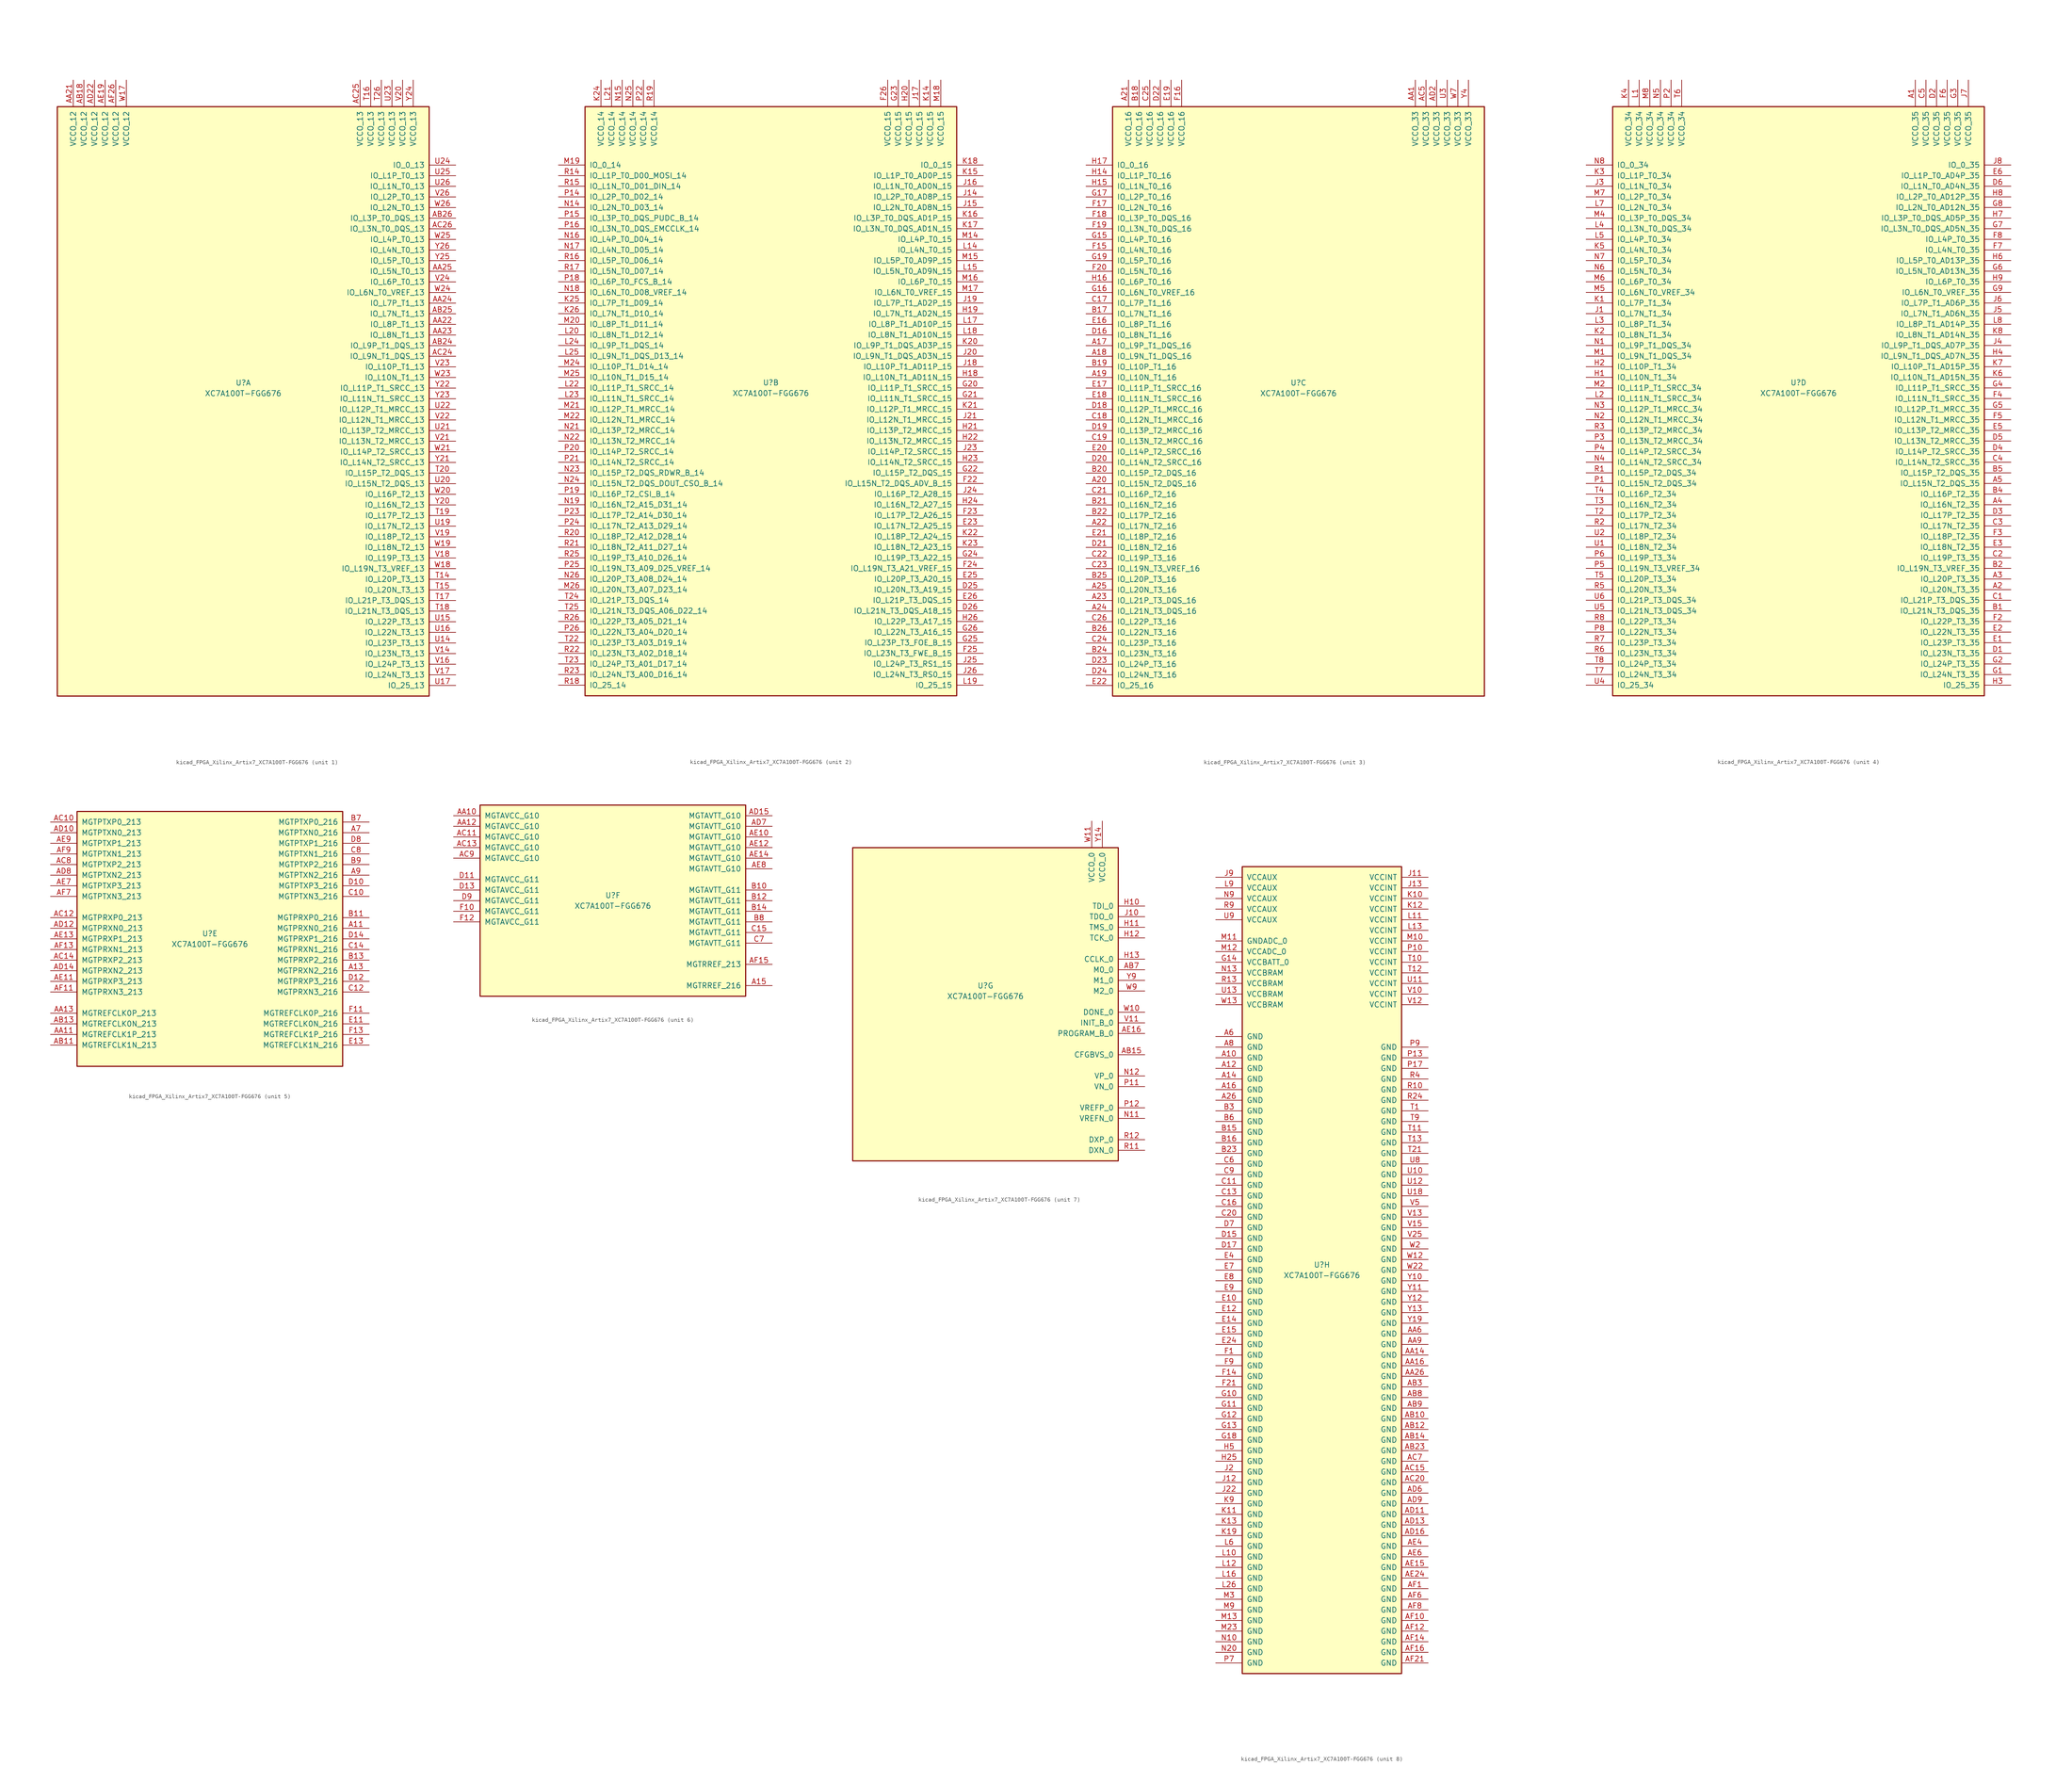
<source format=kicad_sym>
(kicad_symbol_lib
  (version 20220914)
  (generator kicad_symbol_editor)
  (symbol "kicad_FPGA_Xilinx_Artix7_XC7A100T-FGG676"
    (pin_names
      (offset 1.016))
    (property "Reference" "U"
      (at 0 1.27 0)
      (effects (font (size 1.27 1.27))))
    (property "Value" "XC7A100T-FGG676"
      (at 0 -1.27 0)
      (effects (font (size 1.27 1.27))))
    (property "Datasheet" ""
      (at 0 0 0)
      (effects (font (size 1.27 1.27))))
    (property "ki_locked" ""
      (at 0 0 0)
      (effects (font (size 1.27 1.27))))
    (symbol "kicad_FPGA_Xilinx_Artix7_XC7A100T-FGG676_1_1"
      (rectangle (start -44.45 67.31) (end 44.45 -73.66) (stroke (width 0.254) (type default)) (fill (type background)))
      (pin power_in line (at -40.64 73.66 270) (length 6.35) (name "VCCO_12" (effects (font (size 1.27 1.27)))) (number "AA21" (effects (font (size 1.27 1.27)))))
      (pin bidirectional line (at 50.8 15.24 180) (length 6.35) (name "IO_L8P_T1_13" (effects (font (size 1.27 1.27)))) (number "AA22" (effects (font (size 1.27 1.27)))))
      (pin bidirectional line (at 50.8 12.7 180) (length 6.35) (name "IO_L8N_T1_13" (effects (font (size 1.27 1.27)))) (number "AA23" (effects (font (size 1.27 1.27)))))
      (pin bidirectional line (at 50.8 20.32 180) (length 6.35) (name "IO_L7P_T1_13" (effects (font (size 1.27 1.27)))) (number "AA24" (effects (font (size 1.27 1.27)))))
      (pin bidirectional line (at 50.8 27.94 180) (length 6.35) (name "IO_L5N_T0_13" (effects (font (size 1.27 1.27)))) (number "AA25" (effects (font (size 1.27 1.27)))))
      (pin power_in line (at -38.1 73.66 270) (length 6.35) (name "VCCO_12" (effects (font (size 1.27 1.27)))) (number "AB18" (effects (font (size 1.27 1.27)))))
      (pin bidirectional line (at 50.8 10.16 180) (length 6.35) (name "IO_L9P_T1_DQS_13" (effects (font (size 1.27 1.27)))) (number "AB24" (effects (font (size 1.27 1.27)))))
      (pin bidirectional line (at 50.8 17.78 180) (length 6.35) (name "IO_L7N_T1_13" (effects (font (size 1.27 1.27)))) (number "AB25" (effects (font (size 1.27 1.27)))))
      (pin bidirectional line (at 50.8 40.64 180) (length 6.35) (name "IO_L3P_T0_DQS_13" (effects (font (size 1.27 1.27)))) (number "AB26" (effects (font (size 1.27 1.27)))))
      (pin bidirectional line (at 50.8 7.62 180) (length 6.35) (name "IO_L9N_T1_DQS_13" (effects (font (size 1.27 1.27)))) (number "AC24" (effects (font (size 1.27 1.27)))))
      (pin power_in line (at 27.94 73.66 270) (length 6.35) (name "VCCO_13" (effects (font (size 1.27 1.27)))) (number "AC25" (effects (font (size 1.27 1.27)))))
      (pin bidirectional line (at 50.8 38.1 180) (length 6.35) (name "IO_L3N_T0_DQS_13" (effects (font (size 1.27 1.27)))) (number "AC26" (effects (font (size 1.27 1.27)))))
      (pin power_in line (at -35.56 73.66 270) (length 6.35) (name "VCCO_12" (effects (font (size 1.27 1.27)))) (number "AD22" (effects (font (size 1.27 1.27)))))
      (pin power_in line (at -33.02 73.66 270) (length 6.35) (name "VCCO_12" (effects (font (size 1.27 1.27)))) (number "AE19" (effects (font (size 1.27 1.27)))))
      (pin power_in line (at -30.48 73.66 270) (length 6.35) (name "VCCO_12" (effects (font (size 1.27 1.27)))) (number "AF26" (effects (font (size 1.27 1.27)))))
      (pin bidirectional line (at 50.8 -45.72 180) (length 6.35) (name "IO_L20P_T3_13" (effects (font (size 1.27 1.27)))) (number "T14" (effects (font (size 1.27 1.27)))))
      (pin bidirectional line (at 50.8 -48.26 180) (length 6.35) (name "IO_L20N_T3_13" (effects (font (size 1.27 1.27)))) (number "T15" (effects (font (size 1.27 1.27)))))
      (pin power_in line (at 30.48 73.66 270) (length 6.35) (name "VCCO_13" (effects (font (size 1.27 1.27)))) (number "T16" (effects (font (size 1.27 1.27)))))
      (pin bidirectional line (at 50.8 -50.8 180) (length 6.35) (name "IO_L21P_T3_DQS_13" (effects (font (size 1.27 1.27)))) (number "T17" (effects (font (size 1.27 1.27)))))
      (pin bidirectional line (at 50.8 -53.34 180) (length 6.35) (name "IO_L21N_T3_DQS_13" (effects (font (size 1.27 1.27)))) (number "T18" (effects (font (size 1.27 1.27)))))
      (pin bidirectional line (at 50.8 -30.48 180) (length 6.35) (name "IO_L17P_T2_13" (effects (font (size 1.27 1.27)))) (number "T19" (effects (font (size 1.27 1.27)))))
      (pin bidirectional line (at 50.8 -20.32 180) (length 6.35) (name "IO_L15P_T2_DQS_13" (effects (font (size 1.27 1.27)))) (number "T20" (effects (font (size 1.27 1.27)))))
      (pin power_in line (at 33.02 73.66 270) (length 6.35) (name "VCCO_13" (effects (font (size 1.27 1.27)))) (number "T26" (effects (font (size 1.27 1.27)))))
      (pin bidirectional line (at 50.8 -60.96 180) (length 6.35) (name "IO_L23P_T3_13" (effects (font (size 1.27 1.27)))) (number "U14" (effects (font (size 1.27 1.27)))))
      (pin bidirectional line (at 50.8 -55.88 180) (length 6.35) (name "IO_L22P_T3_13" (effects (font (size 1.27 1.27)))) (number "U15" (effects (font (size 1.27 1.27)))))
      (pin bidirectional line (at 50.8 -58.42 180) (length 6.35) (name "IO_L22N_T3_13" (effects (font (size 1.27 1.27)))) (number "U16" (effects (font (size 1.27 1.27)))))
      (pin bidirectional line (at 50.8 -71.12 180) (length 6.35) (name "IO_25_13" (effects (font (size 1.27 1.27)))) (number "U17" (effects (font (size 1.27 1.27)))))
      (pin bidirectional line (at 50.8 -33.02 180) (length 6.35) (name "IO_L17N_T2_13" (effects (font (size 1.27 1.27)))) (number "U19" (effects (font (size 1.27 1.27)))))
      (pin bidirectional line (at 50.8 -22.86 180) (length 6.35) (name "IO_L15N_T2_DQS_13" (effects (font (size 1.27 1.27)))) (number "U20" (effects (font (size 1.27 1.27)))))
      (pin bidirectional line (at 50.8 -10.16 180) (length 6.35) (name "IO_L13P_T2_MRCC_13" (effects (font (size 1.27 1.27)))) (number "U21" (effects (font (size 1.27 1.27)))))
      (pin bidirectional line (at 50.8 -5.08 180) (length 6.35) (name "IO_L12P_T1_MRCC_13" (effects (font (size 1.27 1.27)))) (number "U22" (effects (font (size 1.27 1.27)))))
      (pin power_in line (at 35.56 73.66 270) (length 6.35) (name "VCCO_13" (effects (font (size 1.27 1.27)))) (number "U23" (effects (font (size 1.27 1.27)))))
      (pin bidirectional line (at 50.8 53.34 180) (length 6.35) (name "IO_0_13" (effects (font (size 1.27 1.27)))) (number "U24" (effects (font (size 1.27 1.27)))))
      (pin bidirectional line (at 50.8 50.8 180) (length 6.35) (name "IO_L1P_T0_13" (effects (font (size 1.27 1.27)))) (number "U25" (effects (font (size 1.27 1.27)))))
      (pin bidirectional line (at 50.8 48.26 180) (length 6.35) (name "IO_L1N_T0_13" (effects (font (size 1.27 1.27)))) (number "U26" (effects (font (size 1.27 1.27)))))
      (pin bidirectional line (at 50.8 -63.5 180) (length 6.35) (name "IO_L23N_T3_13" (effects (font (size 1.27 1.27)))) (number "V14" (effects (font (size 1.27 1.27)))))
      (pin bidirectional line (at 50.8 -66.04 180) (length 6.35) (name "IO_L24P_T3_13" (effects (font (size 1.27 1.27)))) (number "V16" (effects (font (size 1.27 1.27)))))
      (pin bidirectional line (at 50.8 -68.58 180) (length 6.35) (name "IO_L24N_T3_13" (effects (font (size 1.27 1.27)))) (number "V17" (effects (font (size 1.27 1.27)))))
      (pin bidirectional line (at 50.8 -40.64 180) (length 6.35) (name "IO_L19P_T3_13" (effects (font (size 1.27 1.27)))) (number "V18" (effects (font (size 1.27 1.27)))))
      (pin bidirectional line (at 50.8 -35.56 180) (length 6.35) (name "IO_L18P_T2_13" (effects (font (size 1.27 1.27)))) (number "V19" (effects (font (size 1.27 1.27)))))
      (pin power_in line (at 38.1 73.66 270) (length 6.35) (name "VCCO_13" (effects (font (size 1.27 1.27)))) (number "V20" (effects (font (size 1.27 1.27)))))
      (pin bidirectional line (at 50.8 -12.7 180) (length 6.35) (name "IO_L13N_T2_MRCC_13" (effects (font (size 1.27 1.27)))) (number "V21" (effects (font (size 1.27 1.27)))))
      (pin bidirectional line (at 50.8 -7.62 180) (length 6.35) (name "IO_L12N_T1_MRCC_13" (effects (font (size 1.27 1.27)))) (number "V22" (effects (font (size 1.27 1.27)))))
      (pin bidirectional line (at 50.8 5.08 180) (length 6.35) (name "IO_L10P_T1_13" (effects (font (size 1.27 1.27)))) (number "V23" (effects (font (size 1.27 1.27)))))
      (pin bidirectional line (at 50.8 25.4 180) (length 6.35) (name "IO_L6P_T0_13" (effects (font (size 1.27 1.27)))) (number "V24" (effects (font (size 1.27 1.27)))))
      (pin bidirectional line (at 50.8 45.72 180) (length 6.35) (name "IO_L2P_T0_13" (effects (font (size 1.27 1.27)))) (number "V26" (effects (font (size 1.27 1.27)))))
      (pin power_in line (at -27.94 73.66 270) (length 6.35) (name "VCCO_12" (effects (font (size 1.27 1.27)))) (number "W17" (effects (font (size 1.27 1.27)))))
      (pin bidirectional line (at 50.8 -43.18 180) (length 6.35) (name "IO_L19N_T3_VREF_13" (effects (font (size 1.27 1.27)))) (number "W18" (effects (font (size 1.27 1.27)))))
      (pin bidirectional line (at 50.8 -38.1 180) (length 6.35) (name "IO_L18N_T2_13" (effects (font (size 1.27 1.27)))) (number "W19" (effects (font (size 1.27 1.27)))))
      (pin bidirectional line (at 50.8 -25.4 180) (length 6.35) (name "IO_L16P_T2_13" (effects (font (size 1.27 1.27)))) (number "W20" (effects (font (size 1.27 1.27)))))
      (pin bidirectional line (at 50.8 -15.24 180) (length 6.35) (name "IO_L14P_T2_SRCC_13" (effects (font (size 1.27 1.27)))) (number "W21" (effects (font (size 1.27 1.27)))))
      (pin bidirectional line (at 50.8 2.54 180) (length 6.35) (name "IO_L10N_T1_13" (effects (font (size 1.27 1.27)))) (number "W23" (effects (font (size 1.27 1.27)))))
      (pin bidirectional line (at 50.8 22.86 180) (length 6.35) (name "IO_L6N_T0_VREF_13" (effects (font (size 1.27 1.27)))) (number "W24" (effects (font (size 1.27 1.27)))))
      (pin bidirectional line (at 50.8 35.56 180) (length 6.35) (name "IO_L4P_T0_13" (effects (font (size 1.27 1.27)))) (number "W25" (effects (font (size 1.27 1.27)))))
      (pin bidirectional line (at 50.8 43.18 180) (length 6.35) (name "IO_L2N_T0_13" (effects (font (size 1.27 1.27)))) (number "W26" (effects (font (size 1.27 1.27)))))
      (pin bidirectional line (at 50.8 -27.94 180) (length 6.35) (name "IO_L16N_T2_13" (effects (font (size 1.27 1.27)))) (number "Y20" (effects (font (size 1.27 1.27)))))
      (pin bidirectional line (at 50.8 -17.78 180) (length 6.35) (name "IO_L14N_T2_SRCC_13" (effects (font (size 1.27 1.27)))) (number "Y21" (effects (font (size 1.27 1.27)))))
      (pin bidirectional line (at 50.8 0 180) (length 6.35) (name "IO_L11P_T1_SRCC_13" (effects (font (size 1.27 1.27)))) (number "Y22" (effects (font (size 1.27 1.27)))))
      (pin bidirectional line (at 50.8 -2.54 180) (length 6.35) (name "IO_L11N_T1_SRCC_13" (effects (font (size 1.27 1.27)))) (number "Y23" (effects (font (size 1.27 1.27)))))
      (pin power_in line (at 40.64 73.66 270) (length 6.35) (name "VCCO_13" (effects (font (size 1.27 1.27)))) (number "Y24" (effects (font (size 1.27 1.27)))))
      (pin bidirectional line (at 50.8 30.48 180) (length 6.35) (name "IO_L5P_T0_13" (effects (font (size 1.27 1.27)))) (number "Y25" (effects (font (size 1.27 1.27)))))
      (pin bidirectional line (at 50.8 33.02 180) (length 6.35) (name "IO_L4N_T0_13" (effects (font (size 1.27 1.27)))) (number "Y26" (effects (font (size 1.27 1.27))))))
    (symbol "kicad_FPGA_Xilinx_Artix7_XC7A100T-FGG676_2_1"
      (rectangle (start -44.45 67.31) (end 44.45 -73.66) (stroke (width 0.254) (type default)) (fill (type background)))
      (pin bidirectional line (at 50.8 -48.26 180) (length 6.35) (name "IO_L20N_T3_A19_15" (effects (font (size 1.27 1.27)))) (number "D25" (effects (font (size 1.27 1.27)))))
      (pin bidirectional line (at 50.8 -53.34 180) (length 6.35) (name "IO_L21N_T3_DQS_A18_15" (effects (font (size 1.27 1.27)))) (number "D26" (effects (font (size 1.27 1.27)))))
      (pin bidirectional line (at 50.8 -33.02 180) (length 6.35) (name "IO_L17N_T2_A25_15" (effects (font (size 1.27 1.27)))) (number "E23" (effects (font (size 1.27 1.27)))))
      (pin bidirectional line (at 50.8 -45.72 180) (length 6.35) (name "IO_L20P_T3_A20_15" (effects (font (size 1.27 1.27)))) (number "E25" (effects (font (size 1.27 1.27)))))
      (pin bidirectional line (at 50.8 -50.8 180) (length 6.35) (name "IO_L21P_T3_DQS_15" (effects (font (size 1.27 1.27)))) (number "E26" (effects (font (size 1.27 1.27)))))
      (pin bidirectional line (at 50.8 -22.86 180) (length 6.35) (name "IO_L15N_T2_DQS_ADV_B_15" (effects (font (size 1.27 1.27)))) (number "F22" (effects (font (size 1.27 1.27)))))
      (pin bidirectional line (at 50.8 -30.48 180) (length 6.35) (name "IO_L17P_T2_A26_15" (effects (font (size 1.27 1.27)))) (number "F23" (effects (font (size 1.27 1.27)))))
      (pin bidirectional line (at 50.8 -43.18 180) (length 6.35) (name "IO_L19N_T3_A21_VREF_15" (effects (font (size 1.27 1.27)))) (number "F24" (effects (font (size 1.27 1.27)))))
      (pin bidirectional line (at 50.8 -63.5 180) (length 6.35) (name "IO_L23N_T3_FWE_B_15" (effects (font (size 1.27 1.27)))) (number "F25" (effects (font (size 1.27 1.27)))))
      (pin power_in line (at 27.94 73.66 270) (length 6.35) (name "VCCO_15" (effects (font (size 1.27 1.27)))) (number "F26" (effects (font (size 1.27 1.27)))))
      (pin bidirectional line (at 50.8 0 180) (length 6.35) (name "IO_L11P_T1_SRCC_15" (effects (font (size 1.27 1.27)))) (number "G20" (effects (font (size 1.27 1.27)))))
      (pin bidirectional line (at 50.8 -2.54 180) (length 6.35) (name "IO_L11N_T1_SRCC_15" (effects (font (size 1.27 1.27)))) (number "G21" (effects (font (size 1.27 1.27)))))
      (pin bidirectional line (at 50.8 -20.32 180) (length 6.35) (name "IO_L15P_T2_DQS_15" (effects (font (size 1.27 1.27)))) (number "G22" (effects (font (size 1.27 1.27)))))
      (pin power_in line (at 30.48 73.66 270) (length 6.35) (name "VCCO_15" (effects (font (size 1.27 1.27)))) (number "G23" (effects (font (size 1.27 1.27)))))
      (pin bidirectional line (at 50.8 -40.64 180) (length 6.35) (name "IO_L19P_T3_A22_15" (effects (font (size 1.27 1.27)))) (number "G24" (effects (font (size 1.27 1.27)))))
      (pin bidirectional line (at 50.8 -60.96 180) (length 6.35) (name "IO_L23P_T3_FOE_B_15" (effects (font (size 1.27 1.27)))) (number "G25" (effects (font (size 1.27 1.27)))))
      (pin bidirectional line (at 50.8 -58.42 180) (length 6.35) (name "IO_L22N_T3_A16_15" (effects (font (size 1.27 1.27)))) (number "G26" (effects (font (size 1.27 1.27)))))
      (pin bidirectional line (at 50.8 2.54 180) (length 6.35) (name "IO_L10N_T1_AD11N_15" (effects (font (size 1.27 1.27)))) (number "H18" (effects (font (size 1.27 1.27)))))
      (pin bidirectional line (at 50.8 17.78 180) (length 6.35) (name "IO_L7N_T1_AD2N_15" (effects (font (size 1.27 1.27)))) (number "H19" (effects (font (size 1.27 1.27)))))
      (pin power_in line (at 33.02 73.66 270) (length 6.35) (name "VCCO_15" (effects (font (size 1.27 1.27)))) (number "H20" (effects (font (size 1.27 1.27)))))
      (pin bidirectional line (at 50.8 -10.16 180) (length 6.35) (name "IO_L13P_T2_MRCC_15" (effects (font (size 1.27 1.27)))) (number "H21" (effects (font (size 1.27 1.27)))))
      (pin bidirectional line (at 50.8 -12.7 180) (length 6.35) (name "IO_L13N_T2_MRCC_15" (effects (font (size 1.27 1.27)))) (number "H22" (effects (font (size 1.27 1.27)))))
      (pin bidirectional line (at 50.8 -17.78 180) (length 6.35) (name "IO_L14N_T2_SRCC_15" (effects (font (size 1.27 1.27)))) (number "H23" (effects (font (size 1.27 1.27)))))
      (pin bidirectional line (at 50.8 -27.94 180) (length 6.35) (name "IO_L16N_T2_A27_15" (effects (font (size 1.27 1.27)))) (number "H24" (effects (font (size 1.27 1.27)))))
      (pin bidirectional line (at 50.8 -55.88 180) (length 6.35) (name "IO_L22P_T3_A17_15" (effects (font (size 1.27 1.27)))) (number "H26" (effects (font (size 1.27 1.27)))))
      (pin bidirectional line (at 50.8 45.72 180) (length 6.35) (name "IO_L2P_T0_AD8P_15" (effects (font (size 1.27 1.27)))) (number "J14" (effects (font (size 1.27 1.27)))))
      (pin bidirectional line (at 50.8 43.18 180) (length 6.35) (name "IO_L2N_T0_AD8N_15" (effects (font (size 1.27 1.27)))) (number "J15" (effects (font (size 1.27 1.27)))))
      (pin bidirectional line (at 50.8 48.26 180) (length 6.35) (name "IO_L1N_T0_AD0N_15" (effects (font (size 1.27 1.27)))) (number "J16" (effects (font (size 1.27 1.27)))))
      (pin power_in line (at 35.56 73.66 270) (length 6.35) (name "VCCO_15" (effects (font (size 1.27 1.27)))) (number "J17" (effects (font (size 1.27 1.27)))))
      (pin bidirectional line (at 50.8 5.08 180) (length 6.35) (name "IO_L10P_T1_AD11P_15" (effects (font (size 1.27 1.27)))) (number "J18" (effects (font (size 1.27 1.27)))))
      (pin bidirectional line (at 50.8 20.32 180) (length 6.35) (name "IO_L7P_T1_AD2P_15" (effects (font (size 1.27 1.27)))) (number "J19" (effects (font (size 1.27 1.27)))))
      (pin bidirectional line (at 50.8 7.62 180) (length 6.35) (name "IO_L9N_T1_DQS_AD3N_15" (effects (font (size 1.27 1.27)))) (number "J20" (effects (font (size 1.27 1.27)))))
      (pin bidirectional line (at 50.8 -7.62 180) (length 6.35) (name "IO_L12N_T1_MRCC_15" (effects (font (size 1.27 1.27)))) (number "J21" (effects (font (size 1.27 1.27)))))
      (pin bidirectional line (at 50.8 -15.24 180) (length 6.35) (name "IO_L14P_T2_SRCC_15" (effects (font (size 1.27 1.27)))) (number "J23" (effects (font (size 1.27 1.27)))))
      (pin bidirectional line (at 50.8 -25.4 180) (length 6.35) (name "IO_L16P_T2_A28_15" (effects (font (size 1.27 1.27)))) (number "J24" (effects (font (size 1.27 1.27)))))
      (pin bidirectional line (at 50.8 -66.04 180) (length 6.35) (name "IO_L24P_T3_RS1_15" (effects (font (size 1.27 1.27)))) (number "J25" (effects (font (size 1.27 1.27)))))
      (pin bidirectional line (at 50.8 -68.58 180) (length 6.35) (name "IO_L24N_T3_RS0_15" (effects (font (size 1.27 1.27)))) (number "J26" (effects (font (size 1.27 1.27)))))
      (pin power_in line (at 38.1 73.66 270) (length 6.35) (name "VCCO_15" (effects (font (size 1.27 1.27)))) (number "K14" (effects (font (size 1.27 1.27)))))
      (pin bidirectional line (at 50.8 50.8 180) (length 6.35) (name "IO_L1P_T0_AD0P_15" (effects (font (size 1.27 1.27)))) (number "K15" (effects (font (size 1.27 1.27)))))
      (pin bidirectional line (at 50.8 40.64 180) (length 6.35) (name "IO_L3P_T0_DQS_AD1P_15" (effects (font (size 1.27 1.27)))) (number "K16" (effects (font (size 1.27 1.27)))))
      (pin bidirectional line (at 50.8 38.1 180) (length 6.35) (name "IO_L3N_T0_DQS_AD1N_15" (effects (font (size 1.27 1.27)))) (number "K17" (effects (font (size 1.27 1.27)))))
      (pin bidirectional line (at 50.8 53.34 180) (length 6.35) (name "IO_0_15" (effects (font (size 1.27 1.27)))) (number "K18" (effects (font (size 1.27 1.27)))))
      (pin bidirectional line (at 50.8 10.16 180) (length 6.35) (name "IO_L9P_T1_DQS_AD3P_15" (effects (font (size 1.27 1.27)))) (number "K20" (effects (font (size 1.27 1.27)))))
      (pin bidirectional line (at 50.8 -5.08 180) (length 6.35) (name "IO_L12P_T1_MRCC_15" (effects (font (size 1.27 1.27)))) (number "K21" (effects (font (size 1.27 1.27)))))
      (pin bidirectional line (at 50.8 -35.56 180) (length 6.35) (name "IO_L18P_T2_A24_15" (effects (font (size 1.27 1.27)))) (number "K22" (effects (font (size 1.27 1.27)))))
      (pin bidirectional line (at 50.8 -38.1 180) (length 6.35) (name "IO_L18N_T2_A23_15" (effects (font (size 1.27 1.27)))) (number "K23" (effects (font (size 1.27 1.27)))))
      (pin power_in line (at -40.64 73.66 270) (length 6.35) (name "VCCO_14" (effects (font (size 1.27 1.27)))) (number "K24" (effects (font (size 1.27 1.27)))))
      (pin bidirectional line (at -50.8 20.32 0) (length 6.35) (name "IO_L7P_T1_D09_14" (effects (font (size 1.27 1.27)))) (number "K25" (effects (font (size 1.27 1.27)))))
      (pin bidirectional line (at -50.8 17.78 0) (length 6.35) (name "IO_L7N_T1_D10_14" (effects (font (size 1.27 1.27)))) (number "K26" (effects (font (size 1.27 1.27)))))
      (pin bidirectional line (at 50.8 33.02 180) (length 6.35) (name "IO_L4N_T0_15" (effects (font (size 1.27 1.27)))) (number "L14" (effects (font (size 1.27 1.27)))))
      (pin bidirectional line (at 50.8 27.94 180) (length 6.35) (name "IO_L5N_T0_AD9N_15" (effects (font (size 1.27 1.27)))) (number "L15" (effects (font (size 1.27 1.27)))))
      (pin bidirectional line (at 50.8 15.24 180) (length 6.35) (name "IO_L8P_T1_AD10P_15" (effects (font (size 1.27 1.27)))) (number "L17" (effects (font (size 1.27 1.27)))))
      (pin bidirectional line (at 50.8 12.7 180) (length 6.35) (name "IO_L8N_T1_AD10N_15" (effects (font (size 1.27 1.27)))) (number "L18" (effects (font (size 1.27 1.27)))))
      (pin bidirectional line (at 50.8 -71.12 180) (length 6.35) (name "IO_25_15" (effects (font (size 1.27 1.27)))) (number "L19" (effects (font (size 1.27 1.27)))))
      (pin bidirectional line (at -50.8 12.7 0) (length 6.35) (name "IO_L8N_T1_D12_14" (effects (font (size 1.27 1.27)))) (number "L20" (effects (font (size 1.27 1.27)))))
      (pin power_in line (at -38.1 73.66 270) (length 6.35) (name "VCCO_14" (effects (font (size 1.27 1.27)))) (number "L21" (effects (font (size 1.27 1.27)))))
      (pin bidirectional line (at -50.8 0 0) (length 6.35) (name "IO_L11P_T1_SRCC_14" (effects (font (size 1.27 1.27)))) (number "L22" (effects (font (size 1.27 1.27)))))
      (pin bidirectional line (at -50.8 -2.54 0) (length 6.35) (name "IO_L11N_T1_SRCC_14" (effects (font (size 1.27 1.27)))) (number "L23" (effects (font (size 1.27 1.27)))))
      (pin bidirectional line (at -50.8 10.16 0) (length 6.35) (name "IO_L9P_T1_DQS_14" (effects (font (size 1.27 1.27)))) (number "L24" (effects (font (size 1.27 1.27)))))
      (pin bidirectional line (at -50.8 7.62 0) (length 6.35) (name "IO_L9N_T1_DQS_D13_14" (effects (font (size 1.27 1.27)))) (number "L25" (effects (font (size 1.27 1.27)))))
      (pin bidirectional line (at 50.8 35.56 180) (length 6.35) (name "IO_L4P_T0_15" (effects (font (size 1.27 1.27)))) (number "M14" (effects (font (size 1.27 1.27)))))
      (pin bidirectional line (at 50.8 30.48 180) (length 6.35) (name "IO_L5P_T0_AD9P_15" (effects (font (size 1.27 1.27)))) (number "M15" (effects (font (size 1.27 1.27)))))
      (pin bidirectional line (at 50.8 25.4 180) (length 6.35) (name "IO_L6P_T0_15" (effects (font (size 1.27 1.27)))) (number "M16" (effects (font (size 1.27 1.27)))))
      (pin bidirectional line (at 50.8 22.86 180) (length 6.35) (name "IO_L6N_T0_VREF_15" (effects (font (size 1.27 1.27)))) (number "M17" (effects (font (size 1.27 1.27)))))
      (pin power_in line (at 40.64 73.66 270) (length 6.35) (name "VCCO_15" (effects (font (size 1.27 1.27)))) (number "M18" (effects (font (size 1.27 1.27)))))
      (pin bidirectional line (at -50.8 53.34 0) (length 6.35) (name "IO_0_14" (effects (font (size 1.27 1.27)))) (number "M19" (effects (font (size 1.27 1.27)))))
      (pin bidirectional line (at -50.8 15.24 0) (length 6.35) (name "IO_L8P_T1_D11_14" (effects (font (size 1.27 1.27)))) (number "M20" (effects (font (size 1.27 1.27)))))
      (pin bidirectional line (at -50.8 -5.08 0) (length 6.35) (name "IO_L12P_T1_MRCC_14" (effects (font (size 1.27 1.27)))) (number "M21" (effects (font (size 1.27 1.27)))))
      (pin bidirectional line (at -50.8 -7.62 0) (length 6.35) (name "IO_L12N_T1_MRCC_14" (effects (font (size 1.27 1.27)))) (number "M22" (effects (font (size 1.27 1.27)))))
      (pin bidirectional line (at -50.8 5.08 0) (length 6.35) (name "IO_L10P_T1_D14_14" (effects (font (size 1.27 1.27)))) (number "M24" (effects (font (size 1.27 1.27)))))
      (pin bidirectional line (at -50.8 2.54 0) (length 6.35) (name "IO_L10N_T1_D15_14" (effects (font (size 1.27 1.27)))) (number "M25" (effects (font (size 1.27 1.27)))))
      (pin bidirectional line (at -50.8 -48.26 0) (length 6.35) (name "IO_L20N_T3_A07_D23_14" (effects (font (size 1.27 1.27)))) (number "M26" (effects (font (size 1.27 1.27)))))
      (pin bidirectional line (at -50.8 43.18 0) (length 6.35) (name "IO_L2N_T0_D03_14" (effects (font (size 1.27 1.27)))) (number "N14" (effects (font (size 1.27 1.27)))))
      (pin power_in line (at -35.56 73.66 270) (length 6.35) (name "VCCO_14" (effects (font (size 1.27 1.27)))) (number "N15" (effects (font (size 1.27 1.27)))))
      (pin bidirectional line (at -50.8 35.56 0) (length 6.35) (name "IO_L4P_T0_D04_14" (effects (font (size 1.27 1.27)))) (number "N16" (effects (font (size 1.27 1.27)))))
      (pin bidirectional line (at -50.8 33.02 0) (length 6.35) (name "IO_L4N_T0_D05_14" (effects (font (size 1.27 1.27)))) (number "N17" (effects (font (size 1.27 1.27)))))
      (pin bidirectional line (at -50.8 22.86 0) (length 6.35) (name "IO_L6N_T0_D08_VREF_14" (effects (font (size 1.27 1.27)))) (number "N18" (effects (font (size 1.27 1.27)))))
      (pin bidirectional line (at -50.8 -27.94 0) (length 6.35) (name "IO_L16N_T2_A15_D31_14" (effects (font (size 1.27 1.27)))) (number "N19" (effects (font (size 1.27 1.27)))))
      (pin bidirectional line (at -50.8 -10.16 0) (length 6.35) (name "IO_L13P_T2_MRCC_14" (effects (font (size 1.27 1.27)))) (number "N21" (effects (font (size 1.27 1.27)))))
      (pin bidirectional line (at -50.8 -12.7 0) (length 6.35) (name "IO_L13N_T2_MRCC_14" (effects (font (size 1.27 1.27)))) (number "N22" (effects (font (size 1.27 1.27)))))
      (pin bidirectional line (at -50.8 -20.32 0) (length 6.35) (name "IO_L15P_T2_DQS_RDWR_B_14" (effects (font (size 1.27 1.27)))) (number "N23" (effects (font (size 1.27 1.27)))))
      (pin bidirectional line (at -50.8 -22.86 0) (length 6.35) (name "IO_L15N_T2_DQS_DOUT_CSO_B_14" (effects (font (size 1.27 1.27)))) (number "N24" (effects (font (size 1.27 1.27)))))
      (pin power_in line (at -33.02 73.66 270) (length 6.35) (name "VCCO_14" (effects (font (size 1.27 1.27)))) (number "N25" (effects (font (size 1.27 1.27)))))
      (pin bidirectional line (at -50.8 -45.72 0) (length 6.35) (name "IO_L20P_T3_A08_D24_14" (effects (font (size 1.27 1.27)))) (number "N26" (effects (font (size 1.27 1.27)))))
      (pin bidirectional line (at -50.8 45.72 0) (length 6.35) (name "IO_L2P_T0_D02_14" (effects (font (size 1.27 1.27)))) (number "P14" (effects (font (size 1.27 1.27)))))
      (pin bidirectional line (at -50.8 40.64 0) (length 6.35) (name "IO_L3P_T0_DQS_PUDC_B_14" (effects (font (size 1.27 1.27)))) (number "P15" (effects (font (size 1.27 1.27)))))
      (pin bidirectional line (at -50.8 38.1 0) (length 6.35) (name "IO_L3N_T0_DQS_EMCCLK_14" (effects (font (size 1.27 1.27)))) (number "P16" (effects (font (size 1.27 1.27)))))
      (pin bidirectional line (at -50.8 25.4 0) (length 6.35) (name "IO_L6P_T0_FCS_B_14" (effects (font (size 1.27 1.27)))) (number "P18" (effects (font (size 1.27 1.27)))))
      (pin bidirectional line (at -50.8 -25.4 0) (length 6.35) (name "IO_L16P_T2_CSI_B_14" (effects (font (size 1.27 1.27)))) (number "P19" (effects (font (size 1.27 1.27)))))
      (pin bidirectional line (at -50.8 -15.24 0) (length 6.35) (name "IO_L14P_T2_SRCC_14" (effects (font (size 1.27 1.27)))) (number "P20" (effects (font (size 1.27 1.27)))))
      (pin bidirectional line (at -50.8 -17.78 0) (length 6.35) (name "IO_L14N_T2_SRCC_14" (effects (font (size 1.27 1.27)))) (number "P21" (effects (font (size 1.27 1.27)))))
      (pin power_in line (at -30.48 73.66 270) (length 6.35) (name "VCCO_14" (effects (font (size 1.27 1.27)))) (number "P22" (effects (font (size 1.27 1.27)))))
      (pin bidirectional line (at -50.8 -30.48 0) (length 6.35) (name "IO_L17P_T2_A14_D30_14" (effects (font (size 1.27 1.27)))) (number "P23" (effects (font (size 1.27 1.27)))))
      (pin bidirectional line (at -50.8 -33.02 0) (length 6.35) (name "IO_L17N_T2_A13_D29_14" (effects (font (size 1.27 1.27)))) (number "P24" (effects (font (size 1.27 1.27)))))
      (pin bidirectional line (at -50.8 -43.18 0) (length 6.35) (name "IO_L19N_T3_A09_D25_VREF_14" (effects (font (size 1.27 1.27)))) (number "P25" (effects (font (size 1.27 1.27)))))
      (pin bidirectional line (at -50.8 -58.42 0) (length 6.35) (name "IO_L22N_T3_A04_D20_14" (effects (font (size 1.27 1.27)))) (number "P26" (effects (font (size 1.27 1.27)))))
      (pin bidirectional line (at -50.8 50.8 0) (length 6.35) (name "IO_L1P_T0_D00_MOSI_14" (effects (font (size 1.27 1.27)))) (number "R14" (effects (font (size 1.27 1.27)))))
      (pin bidirectional line (at -50.8 48.26 0) (length 6.35) (name "IO_L1N_T0_D01_DIN_14" (effects (font (size 1.27 1.27)))) (number "R15" (effects (font (size 1.27 1.27)))))
      (pin bidirectional line (at -50.8 30.48 0) (length 6.35) (name "IO_L5P_T0_D06_14" (effects (font (size 1.27 1.27)))) (number "R16" (effects (font (size 1.27 1.27)))))
      (pin bidirectional line (at -50.8 27.94 0) (length 6.35) (name "IO_L5N_T0_D07_14" (effects (font (size 1.27 1.27)))) (number "R17" (effects (font (size 1.27 1.27)))))
      (pin bidirectional line (at -50.8 -71.12 0) (length 6.35) (name "IO_25_14" (effects (font (size 1.27 1.27)))) (number "R18" (effects (font (size 1.27 1.27)))))
      (pin power_in line (at -27.94 73.66 270) (length 6.35) (name "VCCO_14" (effects (font (size 1.27 1.27)))) (number "R19" (effects (font (size 1.27 1.27)))))
      (pin bidirectional line (at -50.8 -35.56 0) (length 6.35) (name "IO_L18P_T2_A12_D28_14" (effects (font (size 1.27 1.27)))) (number "R20" (effects (font (size 1.27 1.27)))))
      (pin bidirectional line (at -50.8 -38.1 0) (length 6.35) (name "IO_L18N_T2_A11_D27_14" (effects (font (size 1.27 1.27)))) (number "R21" (effects (font (size 1.27 1.27)))))
      (pin bidirectional line (at -50.8 -63.5 0) (length 6.35) (name "IO_L23N_T3_A02_D18_14" (effects (font (size 1.27 1.27)))) (number "R22" (effects (font (size 1.27 1.27)))))
      (pin bidirectional line (at -50.8 -68.58 0) (length 6.35) (name "IO_L24N_T3_A00_D16_14" (effects (font (size 1.27 1.27)))) (number "R23" (effects (font (size 1.27 1.27)))))
      (pin bidirectional line (at -50.8 -40.64 0) (length 6.35) (name "IO_L19P_T3_A10_D26_14" (effects (font (size 1.27 1.27)))) (number "R25" (effects (font (size 1.27 1.27)))))
      (pin bidirectional line (at -50.8 -55.88 0) (length 6.35) (name "IO_L22P_T3_A05_D21_14" (effects (font (size 1.27 1.27)))) (number "R26" (effects (font (size 1.27 1.27)))))
      (pin bidirectional line (at -50.8 -60.96 0) (length 6.35) (name "IO_L23P_T3_A03_D19_14" (effects (font (size 1.27 1.27)))) (number "T22" (effects (font (size 1.27 1.27)))))
      (pin bidirectional line (at -50.8 -66.04 0) (length 6.35) (name "IO_L24P_T3_A01_D17_14" (effects (font (size 1.27 1.27)))) (number "T23" (effects (font (size 1.27 1.27)))))
      (pin bidirectional line (at -50.8 -50.8 0) (length 6.35) (name "IO_L21P_T3_DQS_14" (effects (font (size 1.27 1.27)))) (number "T24" (effects (font (size 1.27 1.27)))))
      (pin bidirectional line (at -50.8 -53.34 0) (length 6.35) (name "IO_L21N_T3_DQS_A06_D22_14" (effects (font (size 1.27 1.27)))) (number "T25" (effects (font (size 1.27 1.27))))))
    (symbol "kicad_FPGA_Xilinx_Artix7_XC7A100T-FGG676_3_1"
      (rectangle (start -44.45 67.31) (end 44.45 -73.66) (stroke (width 0.254) (type default)) (fill (type background)))
      (pin bidirectional line (at -50.8 10.16 0) (length 6.35) (name "IO_L9P_T1_DQS_16" (effects (font (size 1.27 1.27)))) (number "A17" (effects (font (size 1.27 1.27)))))
      (pin bidirectional line (at -50.8 7.62 0) (length 6.35) (name "IO_L9N_T1_DQS_16" (effects (font (size 1.27 1.27)))) (number "A18" (effects (font (size 1.27 1.27)))))
      (pin bidirectional line (at -50.8 2.54 0) (length 6.35) (name "IO_L10N_T1_16" (effects (font (size 1.27 1.27)))) (number "A19" (effects (font (size 1.27 1.27)))))
      (pin bidirectional line (at -50.8 -22.86 0) (length 6.35) (name "IO_L15N_T2_DQS_16" (effects (font (size 1.27 1.27)))) (number "A20" (effects (font (size 1.27 1.27)))))
      (pin power_in line (at -40.64 73.66 270) (length 6.35) (name "VCCO_16" (effects (font (size 1.27 1.27)))) (number "A21" (effects (font (size 1.27 1.27)))))
      (pin bidirectional line (at -50.8 -33.02 0) (length 6.35) (name "IO_L17N_T2_16" (effects (font (size 1.27 1.27)))) (number "A22" (effects (font (size 1.27 1.27)))))
      (pin bidirectional line (at -50.8 -50.8 0) (length 6.35) (name "IO_L21P_T3_DQS_16" (effects (font (size 1.27 1.27)))) (number "A23" (effects (font (size 1.27 1.27)))))
      (pin bidirectional line (at -50.8 -53.34 0) (length 6.35) (name "IO_L21N_T3_DQS_16" (effects (font (size 1.27 1.27)))) (number "A24" (effects (font (size 1.27 1.27)))))
      (pin bidirectional line (at -50.8 -48.26 0) (length 6.35) (name "IO_L20N_T3_16" (effects (font (size 1.27 1.27)))) (number "A25" (effects (font (size 1.27 1.27)))))
      (pin power_in line (at 27.94 73.66 270) (length 6.35) (name "VCCO_33" (effects (font (size 1.27 1.27)))) (number "AA1" (effects (font (size 1.27 1.27)))))
      (pin power_in line (at 30.48 73.66 270) (length 6.35) (name "VCCO_33" (effects (font (size 1.27 1.27)))) (number "AC5" (effects (font (size 1.27 1.27)))))
      (pin power_in line (at 33.02 73.66 270) (length 6.35) (name "VCCO_33" (effects (font (size 1.27 1.27)))) (number "AD2" (effects (font (size 1.27 1.27)))))
      (pin bidirectional line (at -50.8 17.78 0) (length 6.35) (name "IO_L7N_T1_16" (effects (font (size 1.27 1.27)))) (number "B17" (effects (font (size 1.27 1.27)))))
      (pin power_in line (at -38.1 73.66 270) (length 6.35) (name "VCCO_16" (effects (font (size 1.27 1.27)))) (number "B18" (effects (font (size 1.27 1.27)))))
      (pin bidirectional line (at -50.8 5.08 0) (length 6.35) (name "IO_L10P_T1_16" (effects (font (size 1.27 1.27)))) (number "B19" (effects (font (size 1.27 1.27)))))
      (pin bidirectional line (at -50.8 -20.32 0) (length 6.35) (name "IO_L15P_T2_DQS_16" (effects (font (size 1.27 1.27)))) (number "B20" (effects (font (size 1.27 1.27)))))
      (pin bidirectional line (at -50.8 -27.94 0) (length 6.35) (name "IO_L16N_T2_16" (effects (font (size 1.27 1.27)))) (number "B21" (effects (font (size 1.27 1.27)))))
      (pin bidirectional line (at -50.8 -30.48 0) (length 6.35) (name "IO_L17P_T2_16" (effects (font (size 1.27 1.27)))) (number "B22" (effects (font (size 1.27 1.27)))))
      (pin bidirectional line (at -50.8 -63.5 0) (length 6.35) (name "IO_L23N_T3_16" (effects (font (size 1.27 1.27)))) (number "B24" (effects (font (size 1.27 1.27)))))
      (pin bidirectional line (at -50.8 -45.72 0) (length 6.35) (name "IO_L20P_T3_16" (effects (font (size 1.27 1.27)))) (number "B25" (effects (font (size 1.27 1.27)))))
      (pin bidirectional line (at -50.8 -58.42 0) (length 6.35) (name "IO_L22N_T3_16" (effects (font (size 1.27 1.27)))) (number "B26" (effects (font (size 1.27 1.27)))))
      (pin bidirectional line (at -50.8 20.32 0) (length 6.35) (name "IO_L7P_T1_16" (effects (font (size 1.27 1.27)))) (number "C17" (effects (font (size 1.27 1.27)))))
      (pin bidirectional line (at -50.8 -7.62 0) (length 6.35) (name "IO_L12N_T1_MRCC_16" (effects (font (size 1.27 1.27)))) (number "C18" (effects (font (size 1.27 1.27)))))
      (pin bidirectional line (at -50.8 -12.7 0) (length 6.35) (name "IO_L13N_T2_MRCC_16" (effects (font (size 1.27 1.27)))) (number "C19" (effects (font (size 1.27 1.27)))))
      (pin bidirectional line (at -50.8 -25.4 0) (length 6.35) (name "IO_L16P_T2_16" (effects (font (size 1.27 1.27)))) (number "C21" (effects (font (size 1.27 1.27)))))
      (pin bidirectional line (at -50.8 -40.64 0) (length 6.35) (name "IO_L19P_T3_16" (effects (font (size 1.27 1.27)))) (number "C22" (effects (font (size 1.27 1.27)))))
      (pin bidirectional line (at -50.8 -43.18 0) (length 6.35) (name "IO_L19N_T3_VREF_16" (effects (font (size 1.27 1.27)))) (number "C23" (effects (font (size 1.27 1.27)))))
      (pin bidirectional line (at -50.8 -60.96 0) (length 6.35) (name "IO_L23P_T3_16" (effects (font (size 1.27 1.27)))) (number "C24" (effects (font (size 1.27 1.27)))))
      (pin power_in line (at -35.56 73.66 270) (length 6.35) (name "VCCO_16" (effects (font (size 1.27 1.27)))) (number "C25" (effects (font (size 1.27 1.27)))))
      (pin bidirectional line (at -50.8 -55.88 0) (length 6.35) (name "IO_L22P_T3_16" (effects (font (size 1.27 1.27)))) (number "C26" (effects (font (size 1.27 1.27)))))
      (pin bidirectional line (at -50.8 12.7 0) (length 6.35) (name "IO_L8N_T1_16" (effects (font (size 1.27 1.27)))) (number "D16" (effects (font (size 1.27 1.27)))))
      (pin bidirectional line (at -50.8 -5.08 0) (length 6.35) (name "IO_L12P_T1_MRCC_16" (effects (font (size 1.27 1.27)))) (number "D18" (effects (font (size 1.27 1.27)))))
      (pin bidirectional line (at -50.8 -10.16 0) (length 6.35) (name "IO_L13P_T2_MRCC_16" (effects (font (size 1.27 1.27)))) (number "D19" (effects (font (size 1.27 1.27)))))
      (pin bidirectional line (at -50.8 -17.78 0) (length 6.35) (name "IO_L14N_T2_SRCC_16" (effects (font (size 1.27 1.27)))) (number "D20" (effects (font (size 1.27 1.27)))))
      (pin bidirectional line (at -50.8 -38.1 0) (length 6.35) (name "IO_L18N_T2_16" (effects (font (size 1.27 1.27)))) (number "D21" (effects (font (size 1.27 1.27)))))
      (pin power_in line (at -33.02 73.66 270) (length 6.35) (name "VCCO_16" (effects (font (size 1.27 1.27)))) (number "D22" (effects (font (size 1.27 1.27)))))
      (pin bidirectional line (at -50.8 -66.04 0) (length 6.35) (name "IO_L24P_T3_16" (effects (font (size 1.27 1.27)))) (number "D23" (effects (font (size 1.27 1.27)))))
      (pin bidirectional line (at -50.8 -68.58 0) (length 6.35) (name "IO_L24N_T3_16" (effects (font (size 1.27 1.27)))) (number "D24" (effects (font (size 1.27 1.27)))))
      (pin bidirectional line (at -50.8 15.24 0) (length 6.35) (name "IO_L8P_T1_16" (effects (font (size 1.27 1.27)))) (number "E16" (effects (font (size 1.27 1.27)))))
      (pin bidirectional line (at -50.8 0 0) (length 6.35) (name "IO_L11P_T1_SRCC_16" (effects (font (size 1.27 1.27)))) (number "E17" (effects (font (size 1.27 1.27)))))
      (pin bidirectional line (at -50.8 -2.54 0) (length 6.35) (name "IO_L11N_T1_SRCC_16" (effects (font (size 1.27 1.27)))) (number "E18" (effects (font (size 1.27 1.27)))))
      (pin power_in line (at -30.48 73.66 270) (length 6.35) (name "VCCO_16" (effects (font (size 1.27 1.27)))) (number "E19" (effects (font (size 1.27 1.27)))))
      (pin bidirectional line (at -50.8 -15.24 0) (length 6.35) (name "IO_L14P_T2_SRCC_16" (effects (font (size 1.27 1.27)))) (number "E20" (effects (font (size 1.27 1.27)))))
      (pin bidirectional line (at -50.8 -35.56 0) (length 6.35) (name "IO_L18P_T2_16" (effects (font (size 1.27 1.27)))) (number "E21" (effects (font (size 1.27 1.27)))))
      (pin bidirectional line (at -50.8 -71.12 0) (length 6.35) (name "IO_25_16" (effects (font (size 1.27 1.27)))) (number "E22" (effects (font (size 1.27 1.27)))))
      (pin bidirectional line (at -50.8 33.02 0) (length 6.35) (name "IO_L4N_T0_16" (effects (font (size 1.27 1.27)))) (number "F15" (effects (font (size 1.27 1.27)))))
      (pin power_in line (at -27.94 73.66 270) (length 6.35) (name "VCCO_16" (effects (font (size 1.27 1.27)))) (number "F16" (effects (font (size 1.27 1.27)))))
      (pin bidirectional line (at -50.8 43.18 0) (length 6.35) (name "IO_L2N_T0_16" (effects (font (size 1.27 1.27)))) (number "F17" (effects (font (size 1.27 1.27)))))
      (pin bidirectional line (at -50.8 40.64 0) (length 6.35) (name "IO_L3P_T0_DQS_16" (effects (font (size 1.27 1.27)))) (number "F18" (effects (font (size 1.27 1.27)))))
      (pin bidirectional line (at -50.8 38.1 0) (length 6.35) (name "IO_L3N_T0_DQS_16" (effects (font (size 1.27 1.27)))) (number "F19" (effects (font (size 1.27 1.27)))))
      (pin bidirectional line (at -50.8 27.94 0) (length 6.35) (name "IO_L5N_T0_16" (effects (font (size 1.27 1.27)))) (number "F20" (effects (font (size 1.27 1.27)))))
      (pin bidirectional line (at -50.8 35.56 0) (length 6.35) (name "IO_L4P_T0_16" (effects (font (size 1.27 1.27)))) (number "G15" (effects (font (size 1.27 1.27)))))
      (pin bidirectional line (at -50.8 22.86 0) (length 6.35) (name "IO_L6N_T0_VREF_16" (effects (font (size 1.27 1.27)))) (number "G16" (effects (font (size 1.27 1.27)))))
      (pin bidirectional line (at -50.8 45.72 0) (length 6.35) (name "IO_L2P_T0_16" (effects (font (size 1.27 1.27)))) (number "G17" (effects (font (size 1.27 1.27)))))
      (pin bidirectional line (at -50.8 30.48 0) (length 6.35) (name "IO_L5P_T0_16" (effects (font (size 1.27 1.27)))) (number "G19" (effects (font (size 1.27 1.27)))))
      (pin bidirectional line (at -50.8 50.8 0) (length 6.35) (name "IO_L1P_T0_16" (effects (font (size 1.27 1.27)))) (number "H14" (effects (font (size 1.27 1.27)))))
      (pin bidirectional line (at -50.8 48.26 0) (length 6.35) (name "IO_L1N_T0_16" (effects (font (size 1.27 1.27)))) (number "H15" (effects (font (size 1.27 1.27)))))
      (pin bidirectional line (at -50.8 25.4 0) (length 6.35) (name "IO_L6P_T0_16" (effects (font (size 1.27 1.27)))) (number "H16" (effects (font (size 1.27 1.27)))))
      (pin bidirectional line (at -50.8 53.34 0) (length 6.35) (name "IO_0_16" (effects (font (size 1.27 1.27)))) (number "H17" (effects (font (size 1.27 1.27)))))
      (pin power_in line (at 35.56 73.66 270) (length 6.35) (name "VCCO_33" (effects (font (size 1.27 1.27)))) (number "U3" (effects (font (size 1.27 1.27)))))
      (pin power_in line (at 38.1 73.66 270) (length 6.35) (name "VCCO_33" (effects (font (size 1.27 1.27)))) (number "W7" (effects (font (size 1.27 1.27)))))
      (pin power_in line (at 40.64 73.66 270) (length 6.35) (name "VCCO_33" (effects (font (size 1.27 1.27)))) (number "Y4" (effects (font (size 1.27 1.27))))))
    (symbol "kicad_FPGA_Xilinx_Artix7_XC7A100T-FGG676_4_1"
      (rectangle (start -44.45 67.31) (end 44.45 -73.66) (stroke (width 0.254) (type default)) (fill (type background)))
      (pin power_in line (at 27.94 73.66 270) (length 6.35) (name "VCCO_35" (effects (font (size 1.27 1.27)))) (number "A1" (effects (font (size 1.27 1.27)))))
      (pin bidirectional line (at 50.8 -48.26 180) (length 6.35) (name "IO_L20N_T3_35" (effects (font (size 1.27 1.27)))) (number "A2" (effects (font (size 1.27 1.27)))))
      (pin bidirectional line (at 50.8 -45.72 180) (length 6.35) (name "IO_L20P_T3_35" (effects (font (size 1.27 1.27)))) (number "A3" (effects (font (size 1.27 1.27)))))
      (pin bidirectional line (at 50.8 -27.94 180) (length 6.35) (name "IO_L16N_T2_35" (effects (font (size 1.27 1.27)))) (number "A4" (effects (font (size 1.27 1.27)))))
      (pin bidirectional line (at 50.8 -22.86 180) (length 6.35) (name "IO_L15N_T2_DQS_35" (effects (font (size 1.27 1.27)))) (number "A5" (effects (font (size 1.27 1.27)))))
      (pin bidirectional line (at 50.8 -53.34 180) (length 6.35) (name "IO_L21N_T3_DQS_35" (effects (font (size 1.27 1.27)))) (number "B1" (effects (font (size 1.27 1.27)))))
      (pin bidirectional line (at 50.8 -43.18 180) (length 6.35) (name "IO_L19N_T3_VREF_35" (effects (font (size 1.27 1.27)))) (number "B2" (effects (font (size 1.27 1.27)))))
      (pin bidirectional line (at 50.8 -25.4 180) (length 6.35) (name "IO_L16P_T2_35" (effects (font (size 1.27 1.27)))) (number "B4" (effects (font (size 1.27 1.27)))))
      (pin bidirectional line (at 50.8 -20.32 180) (length 6.35) (name "IO_L15P_T2_DQS_35" (effects (font (size 1.27 1.27)))) (number "B5" (effects (font (size 1.27 1.27)))))
      (pin bidirectional line (at 50.8 -50.8 180) (length 6.35) (name "IO_L21P_T3_DQS_35" (effects (font (size 1.27 1.27)))) (number "C1" (effects (font (size 1.27 1.27)))))
      (pin bidirectional line (at 50.8 -40.64 180) (length 6.35) (name "IO_L19P_T3_35" (effects (font (size 1.27 1.27)))) (number "C2" (effects (font (size 1.27 1.27)))))
      (pin bidirectional line (at 50.8 -33.02 180) (length 6.35) (name "IO_L17N_T2_35" (effects (font (size 1.27 1.27)))) (number "C3" (effects (font (size 1.27 1.27)))))
      (pin bidirectional line (at 50.8 -17.78 180) (length 6.35) (name "IO_L14N_T2_SRCC_35" (effects (font (size 1.27 1.27)))) (number "C4" (effects (font (size 1.27 1.27)))))
      (pin power_in line (at 30.48 73.66 270) (length 6.35) (name "VCCO_35" (effects (font (size 1.27 1.27)))) (number "C5" (effects (font (size 1.27 1.27)))))
      (pin bidirectional line (at 50.8 -63.5 180) (length 6.35) (name "IO_L23N_T3_35" (effects (font (size 1.27 1.27)))) (number "D1" (effects (font (size 1.27 1.27)))))
      (pin power_in line (at 33.02 73.66 270) (length 6.35) (name "VCCO_35" (effects (font (size 1.27 1.27)))) (number "D2" (effects (font (size 1.27 1.27)))))
      (pin bidirectional line (at 50.8 -30.48 180) (length 6.35) (name "IO_L17P_T2_35" (effects (font (size 1.27 1.27)))) (number "D3" (effects (font (size 1.27 1.27)))))
      (pin bidirectional line (at 50.8 -15.24 180) (length 6.35) (name "IO_L14P_T2_SRCC_35" (effects (font (size 1.27 1.27)))) (number "D4" (effects (font (size 1.27 1.27)))))
      (pin bidirectional line (at 50.8 -12.7 180) (length 6.35) (name "IO_L13N_T2_MRCC_35" (effects (font (size 1.27 1.27)))) (number "D5" (effects (font (size 1.27 1.27)))))
      (pin bidirectional line (at 50.8 48.26 180) (length 6.35) (name "IO_L1N_T0_AD4N_35" (effects (font (size 1.27 1.27)))) (number "D6" (effects (font (size 1.27 1.27)))))
      (pin bidirectional line (at 50.8 -60.96 180) (length 6.35) (name "IO_L23P_T3_35" (effects (font (size 1.27 1.27)))) (number "E1" (effects (font (size 1.27 1.27)))))
      (pin bidirectional line (at 50.8 -58.42 180) (length 6.35) (name "IO_L22N_T3_35" (effects (font (size 1.27 1.27)))) (number "E2" (effects (font (size 1.27 1.27)))))
      (pin bidirectional line (at 50.8 -38.1 180) (length 6.35) (name "IO_L18N_T2_35" (effects (font (size 1.27 1.27)))) (number "E3" (effects (font (size 1.27 1.27)))))
      (pin bidirectional line (at 50.8 -10.16 180) (length 6.35) (name "IO_L13P_T2_MRCC_35" (effects (font (size 1.27 1.27)))) (number "E5" (effects (font (size 1.27 1.27)))))
      (pin bidirectional line (at 50.8 50.8 180) (length 6.35) (name "IO_L1P_T0_AD4P_35" (effects (font (size 1.27 1.27)))) (number "E6" (effects (font (size 1.27 1.27)))))
      (pin bidirectional line (at 50.8 -55.88 180) (length 6.35) (name "IO_L22P_T3_35" (effects (font (size 1.27 1.27)))) (number "F2" (effects (font (size 1.27 1.27)))))
      (pin bidirectional line (at 50.8 -35.56 180) (length 6.35) (name "IO_L18P_T2_35" (effects (font (size 1.27 1.27)))) (number "F3" (effects (font (size 1.27 1.27)))))
      (pin bidirectional line (at 50.8 -2.54 180) (length 6.35) (name "IO_L11N_T1_SRCC_35" (effects (font (size 1.27 1.27)))) (number "F4" (effects (font (size 1.27 1.27)))))
      (pin bidirectional line (at 50.8 -7.62 180) (length 6.35) (name "IO_L12N_T1_MRCC_35" (effects (font (size 1.27 1.27)))) (number "F5" (effects (font (size 1.27 1.27)))))
      (pin power_in line (at 35.56 73.66 270) (length 6.35) (name "VCCO_35" (effects (font (size 1.27 1.27)))) (number "F6" (effects (font (size 1.27 1.27)))))
      (pin bidirectional line (at 50.8 33.02 180) (length 6.35) (name "IO_L4N_T0_35" (effects (font (size 1.27 1.27)))) (number "F7" (effects (font (size 1.27 1.27)))))
      (pin bidirectional line (at 50.8 35.56 180) (length 6.35) (name "IO_L4P_T0_35" (effects (font (size 1.27 1.27)))) (number "F8" (effects (font (size 1.27 1.27)))))
      (pin bidirectional line (at 50.8 -68.58 180) (length 6.35) (name "IO_L24N_T3_35" (effects (font (size 1.27 1.27)))) (number "G1" (effects (font (size 1.27 1.27)))))
      (pin bidirectional line (at 50.8 -66.04 180) (length 6.35) (name "IO_L24P_T3_35" (effects (font (size 1.27 1.27)))) (number "G2" (effects (font (size 1.27 1.27)))))
      (pin power_in line (at 38.1 73.66 270) (length 6.35) (name "VCCO_35" (effects (font (size 1.27 1.27)))) (number "G3" (effects (font (size 1.27 1.27)))))
      (pin bidirectional line (at 50.8 0 180) (length 6.35) (name "IO_L11P_T1_SRCC_35" (effects (font (size 1.27 1.27)))) (number "G4" (effects (font (size 1.27 1.27)))))
      (pin bidirectional line (at 50.8 -5.08 180) (length 6.35) (name "IO_L12P_T1_MRCC_35" (effects (font (size 1.27 1.27)))) (number "G5" (effects (font (size 1.27 1.27)))))
      (pin bidirectional line (at 50.8 27.94 180) (length 6.35) (name "IO_L5N_T0_AD13N_35" (effects (font (size 1.27 1.27)))) (number "G6" (effects (font (size 1.27 1.27)))))
      (pin bidirectional line (at 50.8 38.1 180) (length 6.35) (name "IO_L3N_T0_DQS_AD5N_35" (effects (font (size 1.27 1.27)))) (number "G7" (effects (font (size 1.27 1.27)))))
      (pin bidirectional line (at 50.8 43.18 180) (length 6.35) (name "IO_L2N_T0_AD12N_35" (effects (font (size 1.27 1.27)))) (number "G8" (effects (font (size 1.27 1.27)))))
      (pin bidirectional line (at 50.8 22.86 180) (length 6.35) (name "IO_L6N_T0_VREF_35" (effects (font (size 1.27 1.27)))) (number "G9" (effects (font (size 1.27 1.27)))))
      (pin bidirectional line (at -50.8 2.54 0) (length 6.35) (name "IO_L10N_T1_34" (effects (font (size 1.27 1.27)))) (number "H1" (effects (font (size 1.27 1.27)))))
      (pin bidirectional line (at -50.8 5.08 0) (length 6.35) (name "IO_L10P_T1_34" (effects (font (size 1.27 1.27)))) (number "H2" (effects (font (size 1.27 1.27)))))
      (pin bidirectional line (at 50.8 -71.12 180) (length 6.35) (name "IO_25_35" (effects (font (size 1.27 1.27)))) (number "H3" (effects (font (size 1.27 1.27)))))
      (pin bidirectional line (at 50.8 7.62 180) (length 6.35) (name "IO_L9N_T1_DQS_AD7N_35" (effects (font (size 1.27 1.27)))) (number "H4" (effects (font (size 1.27 1.27)))))
      (pin bidirectional line (at 50.8 30.48 180) (length 6.35) (name "IO_L5P_T0_AD13P_35" (effects (font (size 1.27 1.27)))) (number "H6" (effects (font (size 1.27 1.27)))))
      (pin bidirectional line (at 50.8 40.64 180) (length 6.35) (name "IO_L3P_T0_DQS_AD5P_35" (effects (font (size 1.27 1.27)))) (number "H7" (effects (font (size 1.27 1.27)))))
      (pin bidirectional line (at 50.8 45.72 180) (length 6.35) (name "IO_L2P_T0_AD12P_35" (effects (font (size 1.27 1.27)))) (number "H8" (effects (font (size 1.27 1.27)))))
      (pin bidirectional line (at 50.8 25.4 180) (length 6.35) (name "IO_L6P_T0_35" (effects (font (size 1.27 1.27)))) (number "H9" (effects (font (size 1.27 1.27)))))
      (pin bidirectional line (at -50.8 17.78 0) (length 6.35) (name "IO_L7N_T1_34" (effects (font (size 1.27 1.27)))) (number "J1" (effects (font (size 1.27 1.27)))))
      (pin bidirectional line (at -50.8 48.26 0) (length 6.35) (name "IO_L1N_T0_34" (effects (font (size 1.27 1.27)))) (number "J3" (effects (font (size 1.27 1.27)))))
      (pin bidirectional line (at 50.8 10.16 180) (length 6.35) (name "IO_L9P_T1_DQS_AD7P_35" (effects (font (size 1.27 1.27)))) (number "J4" (effects (font (size 1.27 1.27)))))
      (pin bidirectional line (at 50.8 17.78 180) (length 6.35) (name "IO_L7N_T1_AD6N_35" (effects (font (size 1.27 1.27)))) (number "J5" (effects (font (size 1.27 1.27)))))
      (pin bidirectional line (at 50.8 20.32 180) (length 6.35) (name "IO_L7P_T1_AD6P_35" (effects (font (size 1.27 1.27)))) (number "J6" (effects (font (size 1.27 1.27)))))
      (pin power_in line (at 40.64 73.66 270) (length 6.35) (name "VCCO_35" (effects (font (size 1.27 1.27)))) (number "J7" (effects (font (size 1.27 1.27)))))
      (pin bidirectional line (at 50.8 53.34 180) (length 6.35) (name "IO_0_35" (effects (font (size 1.27 1.27)))) (number "J8" (effects (font (size 1.27 1.27)))))
      (pin bidirectional line (at -50.8 20.32 0) (length 6.35) (name "IO_L7P_T1_34" (effects (font (size 1.27 1.27)))) (number "K1" (effects (font (size 1.27 1.27)))))
      (pin bidirectional line (at -50.8 12.7 0) (length 6.35) (name "IO_L8N_T1_34" (effects (font (size 1.27 1.27)))) (number "K2" (effects (font (size 1.27 1.27)))))
      (pin bidirectional line (at -50.8 50.8 0) (length 6.35) (name "IO_L1P_T0_34" (effects (font (size 1.27 1.27)))) (number "K3" (effects (font (size 1.27 1.27)))))
      (pin power_in line (at -40.64 73.66 270) (length 6.35) (name "VCCO_34" (effects (font (size 1.27 1.27)))) (number "K4" (effects (font (size 1.27 1.27)))))
      (pin bidirectional line (at -50.8 33.02 0) (length 6.35) (name "IO_L4N_T0_34" (effects (font (size 1.27 1.27)))) (number "K5" (effects (font (size 1.27 1.27)))))
      (pin bidirectional line (at 50.8 2.54 180) (length 6.35) (name "IO_L10N_T1_AD15N_35" (effects (font (size 1.27 1.27)))) (number "K6" (effects (font (size 1.27 1.27)))))
      (pin bidirectional line (at 50.8 5.08 180) (length 6.35) (name "IO_L10P_T1_AD15P_35" (effects (font (size 1.27 1.27)))) (number "K7" (effects (font (size 1.27 1.27)))))
      (pin bidirectional line (at 50.8 12.7 180) (length 6.35) (name "IO_L8N_T1_AD14N_35" (effects (font (size 1.27 1.27)))) (number "K8" (effects (font (size 1.27 1.27)))))
      (pin power_in line (at -38.1 73.66 270) (length 6.35) (name "VCCO_34" (effects (font (size 1.27 1.27)))) (number "L1" (effects (font (size 1.27 1.27)))))
      (pin bidirectional line (at -50.8 -2.54 0) (length 6.35) (name "IO_L11N_T1_SRCC_34" (effects (font (size 1.27 1.27)))) (number "L2" (effects (font (size 1.27 1.27)))))
      (pin bidirectional line (at -50.8 15.24 0) (length 6.35) (name "IO_L8P_T1_34" (effects (font (size 1.27 1.27)))) (number "L3" (effects (font (size 1.27 1.27)))))
      (pin bidirectional line (at -50.8 38.1 0) (length 6.35) (name "IO_L3N_T0_DQS_34" (effects (font (size 1.27 1.27)))) (number "L4" (effects (font (size 1.27 1.27)))))
      (pin bidirectional line (at -50.8 35.56 0) (length 6.35) (name "IO_L4P_T0_34" (effects (font (size 1.27 1.27)))) (number "L5" (effects (font (size 1.27 1.27)))))
      (pin bidirectional line (at -50.8 43.18 0) (length 6.35) (name "IO_L2N_T0_34" (effects (font (size 1.27 1.27)))) (number "L7" (effects (font (size 1.27 1.27)))))
      (pin bidirectional line (at 50.8 15.24 180) (length 6.35) (name "IO_L8P_T1_AD14P_35" (effects (font (size 1.27 1.27)))) (number "L8" (effects (font (size 1.27 1.27)))))
      (pin bidirectional line (at -50.8 7.62 0) (length 6.35) (name "IO_L9N_T1_DQS_34" (effects (font (size 1.27 1.27)))) (number "M1" (effects (font (size 1.27 1.27)))))
      (pin bidirectional line (at -50.8 0 0) (length 6.35) (name "IO_L11P_T1_SRCC_34" (effects (font (size 1.27 1.27)))) (number "M2" (effects (font (size 1.27 1.27)))))
      (pin bidirectional line (at -50.8 40.64 0) (length 6.35) (name "IO_L3P_T0_DQS_34" (effects (font (size 1.27 1.27)))) (number "M4" (effects (font (size 1.27 1.27)))))
      (pin bidirectional line (at -50.8 22.86 0) (length 6.35) (name "IO_L6N_T0_VREF_34" (effects (font (size 1.27 1.27)))) (number "M5" (effects (font (size 1.27 1.27)))))
      (pin bidirectional line (at -50.8 25.4 0) (length 6.35) (name "IO_L6P_T0_34" (effects (font (size 1.27 1.27)))) (number "M6" (effects (font (size 1.27 1.27)))))
      (pin bidirectional line (at -50.8 45.72 0) (length 6.35) (name "IO_L2P_T0_34" (effects (font (size 1.27 1.27)))) (number "M7" (effects (font (size 1.27 1.27)))))
      (pin power_in line (at -35.56 73.66 270) (length 6.35) (name "VCCO_34" (effects (font (size 1.27 1.27)))) (number "M8" (effects (font (size 1.27 1.27)))))
      (pin bidirectional line (at -50.8 10.16 0) (length 6.35) (name "IO_L9P_T1_DQS_34" (effects (font (size 1.27 1.27)))) (number "N1" (effects (font (size 1.27 1.27)))))
      (pin bidirectional line (at -50.8 -7.62 0) (length 6.35) (name "IO_L12N_T1_MRCC_34" (effects (font (size 1.27 1.27)))) (number "N2" (effects (font (size 1.27 1.27)))))
      (pin bidirectional line (at -50.8 -5.08 0) (length 6.35) (name "IO_L12P_T1_MRCC_34" (effects (font (size 1.27 1.27)))) (number "N3" (effects (font (size 1.27 1.27)))))
      (pin bidirectional line (at -50.8 -17.78 0) (length 6.35) (name "IO_L14N_T2_SRCC_34" (effects (font (size 1.27 1.27)))) (number "N4" (effects (font (size 1.27 1.27)))))
      (pin power_in line (at -33.02 73.66 270) (length 6.35) (name "VCCO_34" (effects (font (size 1.27 1.27)))) (number "N5" (effects (font (size 1.27 1.27)))))
      (pin bidirectional line (at -50.8 27.94 0) (length 6.35) (name "IO_L5N_T0_34" (effects (font (size 1.27 1.27)))) (number "N6" (effects (font (size 1.27 1.27)))))
      (pin bidirectional line (at -50.8 30.48 0) (length 6.35) (name "IO_L5P_T0_34" (effects (font (size 1.27 1.27)))) (number "N7" (effects (font (size 1.27 1.27)))))
      (pin bidirectional line (at -50.8 53.34 0) (length 6.35) (name "IO_0_34" (effects (font (size 1.27 1.27)))) (number "N8" (effects (font (size 1.27 1.27)))))
      (pin bidirectional line (at -50.8 -22.86 0) (length 6.35) (name "IO_L15N_T2_DQS_34" (effects (font (size 1.27 1.27)))) (number "P1" (effects (font (size 1.27 1.27)))))
      (pin power_in line (at -30.48 73.66 270) (length 6.35) (name "VCCO_34" (effects (font (size 1.27 1.27)))) (number "P2" (effects (font (size 1.27 1.27)))))
      (pin bidirectional line (at -50.8 -12.7 0) (length 6.35) (name "IO_L13N_T2_MRCC_34" (effects (font (size 1.27 1.27)))) (number "P3" (effects (font (size 1.27 1.27)))))
      (pin bidirectional line (at -50.8 -15.24 0) (length 6.35) (name "IO_L14P_T2_SRCC_34" (effects (font (size 1.27 1.27)))) (number "P4" (effects (font (size 1.27 1.27)))))
      (pin bidirectional line (at -50.8 -43.18 0) (length 6.35) (name "IO_L19N_T3_VREF_34" (effects (font (size 1.27 1.27)))) (number "P5" (effects (font (size 1.27 1.27)))))
      (pin bidirectional line (at -50.8 -40.64 0) (length 6.35) (name "IO_L19P_T3_34" (effects (font (size 1.27 1.27)))) (number "P6" (effects (font (size 1.27 1.27)))))
      (pin bidirectional line (at -50.8 -58.42 0) (length 6.35) (name "IO_L22N_T3_34" (effects (font (size 1.27 1.27)))) (number "P8" (effects (font (size 1.27 1.27)))))
      (pin bidirectional line (at -50.8 -20.32 0) (length 6.35) (name "IO_L15P_T2_DQS_34" (effects (font (size 1.27 1.27)))) (number "R1" (effects (font (size 1.27 1.27)))))
      (pin bidirectional line (at -50.8 -33.02 0) (length 6.35) (name "IO_L17N_T2_34" (effects (font (size 1.27 1.27)))) (number "R2" (effects (font (size 1.27 1.27)))))
      (pin bidirectional line (at -50.8 -10.16 0) (length 6.35) (name "IO_L13P_T2_MRCC_34" (effects (font (size 1.27 1.27)))) (number "R3" (effects (font (size 1.27 1.27)))))
      (pin bidirectional line (at -50.8 -48.26 0) (length 6.35) (name "IO_L20N_T3_34" (effects (font (size 1.27 1.27)))) (number "R5" (effects (font (size 1.27 1.27)))))
      (pin bidirectional line (at -50.8 -63.5 0) (length 6.35) (name "IO_L23N_T3_34" (effects (font (size 1.27 1.27)))) (number "R6" (effects (font (size 1.27 1.27)))))
      (pin bidirectional line (at -50.8 -60.96 0) (length 6.35) (name "IO_L23P_T3_34" (effects (font (size 1.27 1.27)))) (number "R7" (effects (font (size 1.27 1.27)))))
      (pin bidirectional line (at -50.8 -55.88 0) (length 6.35) (name "IO_L22P_T3_34" (effects (font (size 1.27 1.27)))) (number "R8" (effects (font (size 1.27 1.27)))))
      (pin bidirectional line (at -50.8 -30.48 0) (length 6.35) (name "IO_L17P_T2_34" (effects (font (size 1.27 1.27)))) (number "T2" (effects (font (size 1.27 1.27)))))
      (pin bidirectional line (at -50.8 -27.94 0) (length 6.35) (name "IO_L16N_T2_34" (effects (font (size 1.27 1.27)))) (number "T3" (effects (font (size 1.27 1.27)))))
      (pin bidirectional line (at -50.8 -25.4 0) (length 6.35) (name "IO_L16P_T2_34" (effects (font (size 1.27 1.27)))) (number "T4" (effects (font (size 1.27 1.27)))))
      (pin bidirectional line (at -50.8 -45.72 0) (length 6.35) (name "IO_L20P_T3_34" (effects (font (size 1.27 1.27)))) (number "T5" (effects (font (size 1.27 1.27)))))
      (pin power_in line (at -27.94 73.66 270) (length 6.35) (name "VCCO_34" (effects (font (size 1.27 1.27)))) (number "T6" (effects (font (size 1.27 1.27)))))
      (pin bidirectional line (at -50.8 -68.58 0) (length 6.35) (name "IO_L24N_T3_34" (effects (font (size 1.27 1.27)))) (number "T7" (effects (font (size 1.27 1.27)))))
      (pin bidirectional line (at -50.8 -66.04 0) (length 6.35) (name "IO_L24P_T3_34" (effects (font (size 1.27 1.27)))) (number "T8" (effects (font (size 1.27 1.27)))))
      (pin bidirectional line (at -50.8 -38.1 0) (length 6.35) (name "IO_L18N_T2_34" (effects (font (size 1.27 1.27)))) (number "U1" (effects (font (size 1.27 1.27)))))
      (pin bidirectional line (at -50.8 -35.56 0) (length 6.35) (name "IO_L18P_T2_34" (effects (font (size 1.27 1.27)))) (number "U2" (effects (font (size 1.27 1.27)))))
      (pin bidirectional line (at -50.8 -71.12 0) (length 6.35) (name "IO_25_34" (effects (font (size 1.27 1.27)))) (number "U4" (effects (font (size 1.27 1.27)))))
      (pin bidirectional line (at -50.8 -53.34 0) (length 6.35) (name "IO_L21N_T3_DQS_34" (effects (font (size 1.27 1.27)))) (number "U5" (effects (font (size 1.27 1.27)))))
      (pin bidirectional line (at -50.8 -50.8 0) (length 6.35) (name "IO_L21P_T3_DQS_34" (effects (font (size 1.27 1.27)))) (number "U6" (effects (font (size 1.27 1.27))))))
    (symbol "kicad_FPGA_Xilinx_Artix7_XC7A100T-FGG676_5_1"
      (rectangle (start -31.75 30.48) (end 31.75 -30.48) (stroke (width 0.254) (type default)) (fill (type background)))
      (pin bidirectional line (at 38.1 2.54 180) (length 6.35) (name "MGTPRXN0_216" (effects (font (size 1.27 1.27)))) (number "A11" (effects (font (size 1.27 1.27)))))
      (pin bidirectional line (at 38.1 -7.62 180) (length 6.35) (name "MGTPRXN2_216" (effects (font (size 1.27 1.27)))) (number "A13" (effects (font (size 1.27 1.27)))))
      (pin bidirectional line (at 38.1 25.4 180) (length 6.35) (name "MGTPTXN0_216" (effects (font (size 1.27 1.27)))) (number "A7" (effects (font (size 1.27 1.27)))))
      (pin bidirectional line (at 38.1 15.24 180) (length 6.35) (name "MGTPTXN2_216" (effects (font (size 1.27 1.27)))) (number "A9" (effects (font (size 1.27 1.27)))))
      (pin bidirectional line (at -38.1 -22.86 0) (length 6.35) (name "MGTREFCLK1P_213" (effects (font (size 1.27 1.27)))) (number "AA11" (effects (font (size 1.27 1.27)))))
      (pin bidirectional line (at -38.1 -17.78 0) (length 6.35) (name "MGTREFCLK0P_213" (effects (font (size 1.27 1.27)))) (number "AA13" (effects (font (size 1.27 1.27)))))
      (pin bidirectional line (at -38.1 -25.4 0) (length 6.35) (name "MGTREFCLK1N_213" (effects (font (size 1.27 1.27)))) (number "AB11" (effects (font (size 1.27 1.27)))))
      (pin bidirectional line (at -38.1 -20.32 0) (length 6.35) (name "MGTREFCLK0N_213" (effects (font (size 1.27 1.27)))) (number "AB13" (effects (font (size 1.27 1.27)))))
      (pin bidirectional line (at -38.1 27.94 0) (length 6.35) (name "MGTPTXP0_213" (effects (font (size 1.27 1.27)))) (number "AC10" (effects (font (size 1.27 1.27)))))
      (pin bidirectional line (at -38.1 5.08 0) (length 6.35) (name "MGTPRXP0_213" (effects (font (size 1.27 1.27)))) (number "AC12" (effects (font (size 1.27 1.27)))))
      (pin bidirectional line (at -38.1 -5.08 0) (length 6.35) (name "MGTPRXP2_213" (effects (font (size 1.27 1.27)))) (number "AC14" (effects (font (size 1.27 1.27)))))
      (pin bidirectional line (at -38.1 17.78 0) (length 6.35) (name "MGTPTXP2_213" (effects (font (size 1.27 1.27)))) (number "AC8" (effects (font (size 1.27 1.27)))))
      (pin bidirectional line (at -38.1 25.4 0) (length 6.35) (name "MGTPTXN0_213" (effects (font (size 1.27 1.27)))) (number "AD10" (effects (font (size 1.27 1.27)))))
      (pin bidirectional line (at -38.1 2.54 0) (length 6.35) (name "MGTPRXN0_213" (effects (font (size 1.27 1.27)))) (number "AD12" (effects (font (size 1.27 1.27)))))
      (pin bidirectional line (at -38.1 -7.62 0) (length 6.35) (name "MGTPRXN2_213" (effects (font (size 1.27 1.27)))) (number "AD14" (effects (font (size 1.27 1.27)))))
      (pin bidirectional line (at -38.1 15.24 0) (length 6.35) (name "MGTPTXN2_213" (effects (font (size 1.27 1.27)))) (number "AD8" (effects (font (size 1.27 1.27)))))
      (pin bidirectional line (at -38.1 -10.16 0) (length 6.35) (name "MGTPRXP3_213" (effects (font (size 1.27 1.27)))) (number "AE11" (effects (font (size 1.27 1.27)))))
      (pin bidirectional line (at -38.1 0 0) (length 6.35) (name "MGTPRXP1_213" (effects (font (size 1.27 1.27)))) (number "AE13" (effects (font (size 1.27 1.27)))))
      (pin bidirectional line (at -38.1 12.7 0) (length 6.35) (name "MGTPTXP3_213" (effects (font (size 1.27 1.27)))) (number "AE7" (effects (font (size 1.27 1.27)))))
      (pin bidirectional line (at -38.1 22.86 0) (length 6.35) (name "MGTPTXP1_213" (effects (font (size 1.27 1.27)))) (number "AE9" (effects (font (size 1.27 1.27)))))
      (pin bidirectional line (at -38.1 -12.7 0) (length 6.35) (name "MGTPRXN3_213" (effects (font (size 1.27 1.27)))) (number "AF11" (effects (font (size 1.27 1.27)))))
      (pin bidirectional line (at -38.1 -2.54 0) (length 6.35) (name "MGTPRXN1_213" (effects (font (size 1.27 1.27)))) (number "AF13" (effects (font (size 1.27 1.27)))))
      (pin bidirectional line (at -38.1 10.16 0) (length 6.35) (name "MGTPTXN3_213" (effects (font (size 1.27 1.27)))) (number "AF7" (effects (font (size 1.27 1.27)))))
      (pin bidirectional line (at -38.1 20.32 0) (length 6.35) (name "MGTPTXN1_213" (effects (font (size 1.27 1.27)))) (number "AF9" (effects (font (size 1.27 1.27)))))
      (pin bidirectional line (at 38.1 5.08 180) (length 6.35) (name "MGTPRXP0_216" (effects (font (size 1.27 1.27)))) (number "B11" (effects (font (size 1.27 1.27)))))
      (pin bidirectional line (at 38.1 -5.08 180) (length 6.35) (name "MGTPRXP2_216" (effects (font (size 1.27 1.27)))) (number "B13" (effects (font (size 1.27 1.27)))))
      (pin bidirectional line (at 38.1 27.94 180) (length 6.35) (name "MGTPTXP0_216" (effects (font (size 1.27 1.27)))) (number "B7" (effects (font (size 1.27 1.27)))))
      (pin bidirectional line (at 38.1 17.78 180) (length 6.35) (name "MGTPTXP2_216" (effects (font (size 1.27 1.27)))) (number "B9" (effects (font (size 1.27 1.27)))))
      (pin bidirectional line (at 38.1 10.16 180) (length 6.35) (name "MGTPTXN3_216" (effects (font (size 1.27 1.27)))) (number "C10" (effects (font (size 1.27 1.27)))))
      (pin bidirectional line (at 38.1 -12.7 180) (length 6.35) (name "MGTPRXN3_216" (effects (font (size 1.27 1.27)))) (number "C12" (effects (font (size 1.27 1.27)))))
      (pin bidirectional line (at 38.1 -2.54 180) (length 6.35) (name "MGTPRXN1_216" (effects (font (size 1.27 1.27)))) (number "C14" (effects (font (size 1.27 1.27)))))
      (pin bidirectional line (at 38.1 20.32 180) (length 6.35) (name "MGTPTXN1_216" (effects (font (size 1.27 1.27)))) (number "C8" (effects (font (size 1.27 1.27)))))
      (pin bidirectional line (at 38.1 12.7 180) (length 6.35) (name "MGTPTXP3_216" (effects (font (size 1.27 1.27)))) (number "D10" (effects (font (size 1.27 1.27)))))
      (pin bidirectional line (at 38.1 -10.16 180) (length 6.35) (name "MGTPRXP3_216" (effects (font (size 1.27 1.27)))) (number "D12" (effects (font (size 1.27 1.27)))))
      (pin bidirectional line (at 38.1 0 180) (length 6.35) (name "MGTPRXP1_216" (effects (font (size 1.27 1.27)))) (number "D14" (effects (font (size 1.27 1.27)))))
      (pin bidirectional line (at 38.1 22.86 180) (length 6.35) (name "MGTPTXP1_216" (effects (font (size 1.27 1.27)))) (number "D8" (effects (font (size 1.27 1.27)))))
      (pin bidirectional line (at 38.1 -20.32 180) (length 6.35) (name "MGTREFCLK0N_216" (effects (font (size 1.27 1.27)))) (number "E11" (effects (font (size 1.27 1.27)))))
      (pin bidirectional line (at 38.1 -25.4 180) (length 6.35) (name "MGTREFCLK1N_216" (effects (font (size 1.27 1.27)))) (number "E13" (effects (font (size 1.27 1.27)))))
      (pin bidirectional line (at 38.1 -17.78 180) (length 6.35) (name "MGTREFCLK0P_216" (effects (font (size 1.27 1.27)))) (number "F11" (effects (font (size 1.27 1.27)))))
      (pin bidirectional line (at 38.1 -22.86 180) (length 6.35) (name "MGTREFCLK1P_216" (effects (font (size 1.27 1.27)))) (number "F13" (effects (font (size 1.27 1.27))))))
    (symbol "kicad_FPGA_Xilinx_Artix7_XC7A100T-FGG676_6_1"
      (rectangle (start -31.75 22.86) (end 31.75 -22.86) (stroke (width 0.254) (type default)) (fill (type background)))
      (pin power_in line (at 38.1 -20.32 180) (length 6.35) (name "MGTRREF_216" (effects (font (size 1.27 1.27)))) (number "A15" (effects (font (size 1.27 1.27)))))
      (pin power_in line (at -38.1 20.32 0) (length 6.35) (name "MGTAVCC_G10" (effects (font (size 1.27 1.27)))) (number "AA10" (effects (font (size 1.27 1.27)))))
      (pin power_in line (at -38.1 17.78 0) (length 6.35) (name "MGTAVCC_G10" (effects (font (size 1.27 1.27)))) (number "AA12" (effects (font (size 1.27 1.27)))))
      (pin power_in line (at -38.1 15.24 0) (length 6.35) (name "MGTAVCC_G10" (effects (font (size 1.27 1.27)))) (number "AC11" (effects (font (size 1.27 1.27)))))
      (pin power_in line (at -38.1 12.7 0) (length 6.35) (name "MGTAVCC_G10" (effects (font (size 1.27 1.27)))) (number "AC13" (effects (font (size 1.27 1.27)))))
      (pin power_in line (at -38.1 10.16 0) (length 6.35) (name "MGTAVCC_G10" (effects (font (size 1.27 1.27)))) (number "AC9" (effects (font (size 1.27 1.27)))))
      (pin power_in line (at 38.1 20.32 180) (length 6.35) (name "MGTAVTT_G10" (effects (font (size 1.27 1.27)))) (number "AD15" (effects (font (size 1.27 1.27)))))
      (pin power_in line (at 38.1 17.78 180) (length 6.35) (name "MGTAVTT_G10" (effects (font (size 1.27 1.27)))) (number "AD7" (effects (font (size 1.27 1.27)))))
      (pin power_in line (at 38.1 15.24 180) (length 6.35) (name "MGTAVTT_G10" (effects (font (size 1.27 1.27)))) (number "AE10" (effects (font (size 1.27 1.27)))))
      (pin power_in line (at 38.1 12.7 180) (length 6.35) (name "MGTAVTT_G10" (effects (font (size 1.27 1.27)))) (number "AE12" (effects (font (size 1.27 1.27)))))
      (pin power_in line (at 38.1 10.16 180) (length 6.35) (name "MGTAVTT_G10" (effects (font (size 1.27 1.27)))) (number "AE14" (effects (font (size 1.27 1.27)))))
      (pin power_in line (at 38.1 7.62 180) (length 6.35) (name "MGTAVTT_G10" (effects (font (size 1.27 1.27)))) (number "AE8" (effects (font (size 1.27 1.27)))))
      (pin power_in line (at 38.1 -15.24 180) (length 6.35) (name "MGTRREF_213" (effects (font (size 1.27 1.27)))) (number "AF15" (effects (font (size 1.27 1.27)))))
      (pin power_in line (at 38.1 2.54 180) (length 6.35) (name "MGTAVTT_G11" (effects (font (size 1.27 1.27)))) (number "B10" (effects (font (size 1.27 1.27)))))
      (pin power_in line (at 38.1 0 180) (length 6.35) (name "MGTAVTT_G11" (effects (font (size 1.27 1.27)))) (number "B12" (effects (font (size 1.27 1.27)))))
      (pin power_in line (at 38.1 -2.54 180) (length 6.35) (name "MGTAVTT_G11" (effects (font (size 1.27 1.27)))) (number "B14" (effects (font (size 1.27 1.27)))))
      (pin power_in line (at 38.1 -5.08 180) (length 6.35) (name "MGTAVTT_G11" (effects (font (size 1.27 1.27)))) (number "B8" (effects (font (size 1.27 1.27)))))
      (pin power_in line (at 38.1 -7.62 180) (length 6.35) (name "MGTAVTT_G11" (effects (font (size 1.27 1.27)))) (number "C15" (effects (font (size 1.27 1.27)))))
      (pin power_in line (at 38.1 -10.16 180) (length 6.35) (name "MGTAVTT_G11" (effects (font (size 1.27 1.27)))) (number "C7" (effects (font (size 1.27 1.27)))))
      (pin power_in line (at -38.1 5.08 0) (length 6.35) (name "MGTAVCC_G11" (effects (font (size 1.27 1.27)))) (number "D11" (effects (font (size 1.27 1.27)))))
      (pin power_in line (at -38.1 2.54 0) (length 6.35) (name "MGTAVCC_G11" (effects (font (size 1.27 1.27)))) (number "D13" (effects (font (size 1.27 1.27)))))
      (pin power_in line (at -38.1 0 0) (length 6.35) (name "MGTAVCC_G11" (effects (font (size 1.27 1.27)))) (number "D9" (effects (font (size 1.27 1.27)))))
      (pin power_in line (at -38.1 -2.54 0) (length 6.35) (name "MGTAVCC_G11" (effects (font (size 1.27 1.27)))) (number "F10" (effects (font (size 1.27 1.27)))))
      (pin power_in line (at -38.1 -5.08 0) (length 6.35) (name "MGTAVCC_G11" (effects (font (size 1.27 1.27)))) (number "F12" (effects (font (size 1.27 1.27))))))
    (symbol "kicad_FPGA_Xilinx_Artix7_XC7A100T-FGG676_7_1"
      (rectangle (start -31.75 34.29) (end 31.75 -40.64) (stroke (width 0.254) (type default)) (fill (type background)))
      (pin bidirectional line (at 38.1 -15.24 180) (length 6.35) (name "CFGBVS_0" (effects (font (size 1.27 1.27)))) (number "AB15" (effects (font (size 1.27 1.27)))))
      (pin bidirectional line (at 38.1 5.08 180) (length 6.35) (name "M0_0" (effects (font (size 1.27 1.27)))) (number "AB7" (effects (font (size 1.27 1.27)))))
      (pin bidirectional line (at 38.1 -10.16 180) (length 6.35) (name "PROGRAM_B_0" (effects (font (size 1.27 1.27)))) (number "AE16" (effects (font (size 1.27 1.27)))))
      (pin bidirectional line (at 38.1 20.32 180) (length 6.35) (name "TDI_0" (effects (font (size 1.27 1.27)))) (number "H10" (effects (font (size 1.27 1.27)))))
      (pin bidirectional line (at 38.1 15.24 180) (length 6.35) (name "TMS_0" (effects (font (size 1.27 1.27)))) (number "H11" (effects (font (size 1.27 1.27)))))
      (pin bidirectional line (at 38.1 12.7 180) (length 6.35) (name "TCK_0" (effects (font (size 1.27 1.27)))) (number "H12" (effects (font (size 1.27 1.27)))))
      (pin bidirectional line (at 38.1 7.62 180) (length 6.35) (name "CCLK_0" (effects (font (size 1.27 1.27)))) (number "H13" (effects (font (size 1.27 1.27)))))
      (pin bidirectional line (at 38.1 17.78 180) (length 6.35) (name "TDO_0" (effects (font (size 1.27 1.27)))) (number "J10" (effects (font (size 1.27 1.27)))))
      (pin bidirectional line (at 38.1 -30.48 180) (length 6.35) (name "VREFN_0" (effects (font (size 1.27 1.27)))) (number "N11" (effects (font (size 1.27 1.27)))))
      (pin bidirectional line (at 38.1 -20.32 180) (length 6.35) (name "VP_0" (effects (font (size 1.27 1.27)))) (number "N12" (effects (font (size 1.27 1.27)))))
      (pin bidirectional line (at 38.1 -22.86 180) (length 6.35) (name "VN_0" (effects (font (size 1.27 1.27)))) (number "P11" (effects (font (size 1.27 1.27)))))
      (pin bidirectional line (at 38.1 -27.94 180) (length 6.35) (name "VREFP_0" (effects (font (size 1.27 1.27)))) (number "P12" (effects (font (size 1.27 1.27)))))
      (pin bidirectional line (at 38.1 -38.1 180) (length 6.35) (name "DXN_0" (effects (font (size 1.27 1.27)))) (number "R11" (effects (font (size 1.27 1.27)))))
      (pin bidirectional line (at 38.1 -35.56 180) (length 6.35) (name "DXP_0" (effects (font (size 1.27 1.27)))) (number "R12" (effects (font (size 1.27 1.27)))))
      (pin bidirectional line (at 38.1 -7.62 180) (length 6.35) (name "INIT_B_0" (effects (font (size 1.27 1.27)))) (number "V11" (effects (font (size 1.27 1.27)))))
      (pin bidirectional line (at 38.1 -5.08 180) (length 6.35) (name "DONE_0" (effects (font (size 1.27 1.27)))) (number "W10" (effects (font (size 1.27 1.27)))))
      (pin power_in line (at 25.4 40.64 270) (length 6.35) (name "VCCO_0" (effects (font (size 1.27 1.27)))) (number "W11" (effects (font (size 1.27 1.27)))))
      (pin bidirectional line (at 38.1 0 180) (length 6.35) (name "M2_0" (effects (font (size 1.27 1.27)))) (number "W9" (effects (font (size 1.27 1.27)))))
      (pin power_in line (at 27.94 40.64 270) (length 6.35) (name "VCCO_0" (effects (font (size 1.27 1.27)))) (number "Y14" (effects (font (size 1.27 1.27)))))
      (pin bidirectional line (at 38.1 2.54 180) (length 6.35) (name "M1_0" (effects (font (size 1.27 1.27)))) (number "Y9" (effects (font (size 1.27 1.27))))))
    (symbol "kicad_FPGA_Xilinx_Artix7_XC7A100T-FGG676_8_1"
      (rectangle (start -19.05 96.52) (end 19.05 -96.52) (stroke (width 0.254) (type default)) (fill (type background)))
      (pin power_in line (at -25.4 50.8 0) (length 6.35) (name "GND" (effects (font (size 1.27 1.27)))) (number "A10" (effects (font (size 1.27 1.27)))))
      (pin power_in line (at -25.4 48.26 0) (length 6.35) (name "GND" (effects (font (size 1.27 1.27)))) (number "A12" (effects (font (size 1.27 1.27)))))
      (pin power_in line (at -25.4 45.72 0) (length 6.35) (name "GND" (effects (font (size 1.27 1.27)))) (number "A14" (effects (font (size 1.27 1.27)))))
      (pin power_in line (at -25.4 43.18 0) (length 6.35) (name "GND" (effects (font (size 1.27 1.27)))) (number "A16" (effects (font (size 1.27 1.27)))))
      (pin power_in line (at -25.4 40.64 0) (length 6.35) (name "GND" (effects (font (size 1.27 1.27)))) (number "A26" (effects (font (size 1.27 1.27)))))
      (pin power_in line (at -25.4 55.88 0) (length 6.35) (name "GND" (effects (font (size 1.27 1.27)))) (number "A6" (effects (font (size 1.27 1.27)))))
      (pin power_in line (at -25.4 53.34 0) (length 6.35) (name "GND" (effects (font (size 1.27 1.27)))) (number "A8" (effects (font (size 1.27 1.27)))))
      (pin power_in line (at 25.4 -20.32 180) (length 6.35) (name "GND" (effects (font (size 1.27 1.27)))) (number "AA14" (effects (font (size 1.27 1.27)))))
      (pin power_in line (at 25.4 -22.86 180) (length 6.35) (name "GND" (effects (font (size 1.27 1.27)))) (number "AA16" (effects (font (size 1.27 1.27)))))
      (pin power_in line (at 25.4 -25.4 180) (length 6.35) (name "GND" (effects (font (size 1.27 1.27)))) (number "AA26" (effects (font (size 1.27 1.27)))))
      (pin power_in line (at 25.4 -15.24 180) (length 6.35) (name "GND" (effects (font (size 1.27 1.27)))) (number "AA6" (effects (font (size 1.27 1.27)))))
      (pin power_in line (at 25.4 -17.78 180) (length 6.35) (name "GND" (effects (font (size 1.27 1.27)))) (number "AA9" (effects (font (size 1.27 1.27)))))
      (pin power_in line (at 25.4 -35.56 180) (length 6.35) (name "GND" (effects (font (size 1.27 1.27)))) (number "AB10" (effects (font (size 1.27 1.27)))))
      (pin power_in line (at 25.4 -38.1 180) (length 6.35) (name "GND" (effects (font (size 1.27 1.27)))) (number "AB12" (effects (font (size 1.27 1.27)))))
      (pin power_in line (at 25.4 -40.64 180) (length 6.35) (name "GND" (effects (font (size 1.27 1.27)))) (number "AB14" (effects (font (size 1.27 1.27)))))
      (pin power_in line (at 25.4 -43.18 180) (length 6.35) (name "GND" (effects (font (size 1.27 1.27)))) (number "AB23" (effects (font (size 1.27 1.27)))))
      (pin power_in line (at 25.4 -27.94 180) (length 6.35) (name "GND" (effects (font (size 1.27 1.27)))) (number "AB3" (effects (font (size 1.27 1.27)))))
      (pin power_in line (at 25.4 -30.48 180) (length 6.35) (name "GND" (effects (font (size 1.27 1.27)))) (number "AB8" (effects (font (size 1.27 1.27)))))
      (pin power_in line (at 25.4 -33.02 180) (length 6.35) (name "GND" (effects (font (size 1.27 1.27)))) (number "AB9" (effects (font (size 1.27 1.27)))))
      (pin power_in line (at 25.4 -48.26 180) (length 6.35) (name "GND" (effects (font (size 1.27 1.27)))) (number "AC15" (effects (font (size 1.27 1.27)))))
      (pin power_in line (at 25.4 -50.8 180) (length 6.35) (name "GND" (effects (font (size 1.27 1.27)))) (number "AC20" (effects (font (size 1.27 1.27)))))
      (pin power_in line (at 25.4 -45.72 180) (length 6.35) (name "GND" (effects (font (size 1.27 1.27)))) (number "AC7" (effects (font (size 1.27 1.27)))))
      (pin power_in line (at 25.4 -58.42 180) (length 6.35) (name "GND" (effects (font (size 1.27 1.27)))) (number "AD11" (effects (font (size 1.27 1.27)))))
      (pin power_in line (at 25.4 -60.96 180) (length 6.35) (name "GND" (effects (font (size 1.27 1.27)))) (number "AD13" (effects (font (size 1.27 1.27)))))
      (pin power_in line (at 25.4 -63.5 180) (length 6.35) (name "GND" (effects (font (size 1.27 1.27)))) (number "AD16" (effects (font (size 1.27 1.27)))))
      (pin power_in line (at 25.4 -53.34 180) (length 6.35) (name "GND" (effects (font (size 1.27 1.27)))) (number "AD6" (effects (font (size 1.27 1.27)))))
      (pin power_in line (at 25.4 -55.88 180) (length 6.35) (name "GND" (effects (font (size 1.27 1.27)))) (number "AD9" (effects (font (size 1.27 1.27)))))
      (pin power_in line (at 25.4 -71.12 180) (length 6.35) (name "GND" (effects (font (size 1.27 1.27)))) (number "AE15" (effects (font (size 1.27 1.27)))))
      (pin power_in line (at 25.4 -73.66 180) (length 6.35) (name "GND" (effects (font (size 1.27 1.27)))) (number "AE24" (effects (font (size 1.27 1.27)))))
      (pin power_in line (at 25.4 -66.04 180) (length 6.35) (name "GND" (effects (font (size 1.27 1.27)))) (number "AE4" (effects (font (size 1.27 1.27)))))
      (pin power_in line (at 25.4 -68.58 180) (length 6.35) (name "GND" (effects (font (size 1.27 1.27)))) (number "AE6" (effects (font (size 1.27 1.27)))))
      (pin power_in line (at 25.4 -76.2 180) (length 6.35) (name "GND" (effects (font (size 1.27 1.27)))) (number "AF1" (effects (font (size 1.27 1.27)))))
      (pin power_in line (at 25.4 -83.82 180) (length 6.35) (name "GND" (effects (font (size 1.27 1.27)))) (number "AF10" (effects (font (size 1.27 1.27)))))
      (pin power_in line (at 25.4 -86.36 180) (length 6.35) (name "GND" (effects (font (size 1.27 1.27)))) (number "AF12" (effects (font (size 1.27 1.27)))))
      (pin power_in line (at 25.4 -88.9 180) (length 6.35) (name "GND" (effects (font (size 1.27 1.27)))) (number "AF14" (effects (font (size 1.27 1.27)))))
      (pin power_in line (at 25.4 -91.44 180) (length 6.35) (name "GND" (effects (font (size 1.27 1.27)))) (number "AF16" (effects (font (size 1.27 1.27)))))
      (pin power_in line (at 25.4 -93.98 180) (length 6.35) (name "GND" (effects (font (size 1.27 1.27)))) (number "AF21" (effects (font (size 1.27 1.27)))))
      (pin power_in line (at 25.4 -78.74 180) (length 6.35) (name "GND" (effects (font (size 1.27 1.27)))) (number "AF6" (effects (font (size 1.27 1.27)))))
      (pin power_in line (at 25.4 -81.28 180) (length 6.35) (name "GND" (effects (font (size 1.27 1.27)))) (number "AF8" (effects (font (size 1.27 1.27)))))
      (pin power_in line (at -25.4 33.02 0) (length 6.35) (name "GND" (effects (font (size 1.27 1.27)))) (number "B15" (effects (font (size 1.27 1.27)))))
      (pin power_in line (at -25.4 30.48 0) (length 6.35) (name "GND" (effects (font (size 1.27 1.27)))) (number "B16" (effects (font (size 1.27 1.27)))))
      (pin power_in line (at -25.4 27.94 0) (length 6.35) (name "GND" (effects (font (size 1.27 1.27)))) (number "B23" (effects (font (size 1.27 1.27)))))
      (pin power_in line (at -25.4 38.1 0) (length 6.35) (name "GND" (effects (font (size 1.27 1.27)))) (number "B3" (effects (font (size 1.27 1.27)))))
      (pin power_in line (at -25.4 35.56 0) (length 6.35) (name "GND" (effects (font (size 1.27 1.27)))) (number "B6" (effects (font (size 1.27 1.27)))))
      (pin power_in line (at -25.4 20.32 0) (length 6.35) (name "GND" (effects (font (size 1.27 1.27)))) (number "C11" (effects (font (size 1.27 1.27)))))
      (pin power_in line (at -25.4 17.78 0) (length 6.35) (name "GND" (effects (font (size 1.27 1.27)))) (number "C13" (effects (font (size 1.27 1.27)))))
      (pin power_in line (at -25.4 15.24 0) (length 6.35) (name "GND" (effects (font (size 1.27 1.27)))) (number "C16" (effects (font (size 1.27 1.27)))))
      (pin power_in line (at -25.4 12.7 0) (length 6.35) (name "GND" (effects (font (size 1.27 1.27)))) (number "C20" (effects (font (size 1.27 1.27)))))
      (pin power_in line (at -25.4 25.4 0) (length 6.35) (name "GND" (effects (font (size 1.27 1.27)))) (number "C6" (effects (font (size 1.27 1.27)))))
      (pin power_in line (at -25.4 22.86 0) (length 6.35) (name "GND" (effects (font (size 1.27 1.27)))) (number "C9" (effects (font (size 1.27 1.27)))))
      (pin power_in line (at -25.4 7.62 0) (length 6.35) (name "GND" (effects (font (size 1.27 1.27)))) (number "D15" (effects (font (size 1.27 1.27)))))
      (pin power_in line (at -25.4 5.08 0) (length 6.35) (name "GND" (effects (font (size 1.27 1.27)))) (number "D17" (effects (font (size 1.27 1.27)))))
      (pin power_in line (at -25.4 10.16 0) (length 6.35) (name "GND" (effects (font (size 1.27 1.27)))) (number "D7" (effects (font (size 1.27 1.27)))))
      (pin power_in line (at -25.4 -7.62 0) (length 6.35) (name "GND" (effects (font (size 1.27 1.27)))) (number "E10" (effects (font (size 1.27 1.27)))))
      (pin power_in line (at -25.4 -10.16 0) (length 6.35) (name "GND" (effects (font (size 1.27 1.27)))) (number "E12" (effects (font (size 1.27 1.27)))))
      (pin power_in line (at -25.4 -12.7 0) (length 6.35) (name "GND" (effects (font (size 1.27 1.27)))) (number "E14" (effects (font (size 1.27 1.27)))))
      (pin power_in line (at -25.4 -15.24 0) (length 6.35) (name "GND" (effects (font (size 1.27 1.27)))) (number "E15" (effects (font (size 1.27 1.27)))))
      (pin power_in line (at -25.4 -17.78 0) (length 6.35) (name "GND" (effects (font (size 1.27 1.27)))) (number "E24" (effects (font (size 1.27 1.27)))))
      (pin power_in line (at -25.4 2.54 0) (length 6.35) (name "GND" (effects (font (size 1.27 1.27)))) (number "E4" (effects (font (size 1.27 1.27)))))
      (pin power_in line (at -25.4 0 0) (length 6.35) (name "GND" (effects (font (size 1.27 1.27)))) (number "E7" (effects (font (size 1.27 1.27)))))
      (pin power_in line (at -25.4 -2.54 0) (length 6.35) (name "GND" (effects (font (size 1.27 1.27)))) (number "E8" (effects (font (size 1.27 1.27)))))
      (pin power_in line (at -25.4 -5.08 0) (length 6.35) (name "GND" (effects (font (size 1.27 1.27)))) (number "E9" (effects (font (size 1.27 1.27)))))
      (pin power_in line (at -25.4 -20.32 0) (length 6.35) (name "GND" (effects (font (size 1.27 1.27)))) (number "F1" (effects (font (size 1.27 1.27)))))
      (pin power_in line (at -25.4 -25.4 0) (length 6.35) (name "GND" (effects (font (size 1.27 1.27)))) (number "F14" (effects (font (size 1.27 1.27)))))
      (pin power_in line (at -25.4 -27.94 0) (length 6.35) (name "GND" (effects (font (size 1.27 1.27)))) (number "F21" (effects (font (size 1.27 1.27)))))
      (pin power_in line (at -25.4 -22.86 0) (length 6.35) (name "GND" (effects (font (size 1.27 1.27)))) (number "F9" (effects (font (size 1.27 1.27)))))
      (pin power_in line (at -25.4 -30.48 0) (length 6.35) (name "GND" (effects (font (size 1.27 1.27)))) (number "G10" (effects (font (size 1.27 1.27)))))
      (pin power_in line (at -25.4 -33.02 0) (length 6.35) (name "GND" (effects (font (size 1.27 1.27)))) (number "G11" (effects (font (size 1.27 1.27)))))
      (pin power_in line (at -25.4 -35.56 0) (length 6.35) (name "GND" (effects (font (size 1.27 1.27)))) (number "G12" (effects (font (size 1.27 1.27)))))
      (pin power_in line (at -25.4 -38.1 0) (length 6.35) (name "GND" (effects (font (size 1.27 1.27)))) (number "G13" (effects (font (size 1.27 1.27)))))
      (pin power_in line (at -25.4 73.66 0) (length 6.35) (name "VCCBATT_0" (effects (font (size 1.27 1.27)))) (number "G14" (effects (font (size 1.27 1.27)))))
      (pin power_in line (at -25.4 -40.64 0) (length 6.35) (name "GND" (effects (font (size 1.27 1.27)))) (number "G18" (effects (font (size 1.27 1.27)))))
      (pin power_in line (at -25.4 -45.72 0) (length 6.35) (name "GND" (effects (font (size 1.27 1.27)))) (number "H25" (effects (font (size 1.27 1.27)))))
      (pin power_in line (at -25.4 -43.18 0) (length 6.35) (name "GND" (effects (font (size 1.27 1.27)))) (number "H5" (effects (font (size 1.27 1.27)))))
      (pin power_in line (at 25.4 93.98 180) (length 6.35) (name "VCCINT" (effects (font (size 1.27 1.27)))) (number "J11" (effects (font (size 1.27 1.27)))))
      (pin power_in line (at -25.4 -50.8 0) (length 6.35) (name "GND" (effects (font (size 1.27 1.27)))) (number "J12" (effects (font (size 1.27 1.27)))))
      (pin power_in line (at 25.4 91.44 180) (length 6.35) (name "VCCINT" (effects (font (size 1.27 1.27)))) (number "J13" (effects (font (size 1.27 1.27)))))
      (pin power_in line (at -25.4 -48.26 0) (length 6.35) (name "GND" (effects (font (size 1.27 1.27)))) (number "J2" (effects (font (size 1.27 1.27)))))
      (pin power_in line (at -25.4 -53.34 0) (length 6.35) (name "GND" (effects (font (size 1.27 1.27)))) (number "J22" (effects (font (size 1.27 1.27)))))
      (pin power_in line (at -25.4 93.98 0) (length 6.35) (name "VCCAUX" (effects (font (size 1.27 1.27)))) (number "J9" (effects (font (size 1.27 1.27)))))
      (pin power_in line (at 25.4 88.9 180) (length 6.35) (name "VCCINT" (effects (font (size 1.27 1.27)))) (number "K10" (effects (font (size 1.27 1.27)))))
      (pin power_in line (at -25.4 -58.42 0) (length 6.35) (name "GND" (effects (font (size 1.27 1.27)))) (number "K11" (effects (font (size 1.27 1.27)))))
      (pin power_in line (at 25.4 86.36 180) (length 6.35) (name "VCCINT" (effects (font (size 1.27 1.27)))) (number "K12" (effects (font (size 1.27 1.27)))))
      (pin power_in line (at -25.4 -60.96 0) (length 6.35) (name "GND" (effects (font (size 1.27 1.27)))) (number "K13" (effects (font (size 1.27 1.27)))))
      (pin power_in line (at -25.4 -63.5 0) (length 6.35) (name "GND" (effects (font (size 1.27 1.27)))) (number "K19" (effects (font (size 1.27 1.27)))))
      (pin power_in line (at -25.4 -55.88 0) (length 6.35) (name "GND" (effects (font (size 1.27 1.27)))) (number "K9" (effects (font (size 1.27 1.27)))))
      (pin power_in line (at -25.4 -68.58 0) (length 6.35) (name "GND" (effects (font (size 1.27 1.27)))) (number "L10" (effects (font (size 1.27 1.27)))))
      (pin power_in line (at 25.4 83.82 180) (length 6.35) (name "VCCINT" (effects (font (size 1.27 1.27)))) (number "L11" (effects (font (size 1.27 1.27)))))
      (pin power_in line (at -25.4 -71.12 0) (length 6.35) (name "GND" (effects (font (size 1.27 1.27)))) (number "L12" (effects (font (size 1.27 1.27)))))
      (pin power_in line (at 25.4 81.28 180) (length 6.35) (name "VCCINT" (effects (font (size 1.27 1.27)))) (number "L13" (effects (font (size 1.27 1.27)))))
      (pin power_in line (at -25.4 -73.66 0) (length 6.35) (name "GND" (effects (font (size 1.27 1.27)))) (number "L16" (effects (font (size 1.27 1.27)))))
      (pin power_in line (at -25.4 -76.2 0) (length 6.35) (name "GND" (effects (font (size 1.27 1.27)))) (number "L26" (effects (font (size 1.27 1.27)))))
      (pin power_in line (at -25.4 -66.04 0) (length 6.35) (name "GND" (effects (font (size 1.27 1.27)))) (number "L6" (effects (font (size 1.27 1.27)))))
      (pin power_in line (at -25.4 91.44 0) (length 6.35) (name "VCCAUX" (effects (font (size 1.27 1.27)))) (number "L9" (effects (font (size 1.27 1.27)))))
      (pin power_in line (at 25.4 78.74 180) (length 6.35) (name "VCCINT" (effects (font (size 1.27 1.27)))) (number "M10" (effects (font (size 1.27 1.27)))))
      (pin power_in line (at -25.4 78.74 0) (length 6.35) (name "GNDADC_0" (effects (font (size 1.27 1.27)))) (number "M11" (effects (font (size 1.27 1.27)))))
      (pin power_in line (at -25.4 76.2 0) (length 6.35) (name "VCCADC_0" (effects (font (size 1.27 1.27)))) (number "M12" (effects (font (size 1.27 1.27)))))
      (pin power_in line (at -25.4 -83.82 0) (length 6.35) (name "GND" (effects (font (size 1.27 1.27)))) (number "M13" (effects (font (size 1.27 1.27)))))
      (pin power_in line (at -25.4 -86.36 0) (length 6.35) (name "GND" (effects (font (size 1.27 1.27)))) (number "M23" (effects (font (size 1.27 1.27)))))
      (pin power_in line (at -25.4 -78.74 0) (length 6.35) (name "GND" (effects (font (size 1.27 1.27)))) (number "M3" (effects (font (size 1.27 1.27)))))
      (pin power_in line (at -25.4 -81.28 0) (length 6.35) (name "GND" (effects (font (size 1.27 1.27)))) (number "M9" (effects (font (size 1.27 1.27)))))
      (pin power_in line (at -25.4 -88.9 0) (length 6.35) (name "GND" (effects (font (size 1.27 1.27)))) (number "N10" (effects (font (size 1.27 1.27)))))
      (pin power_in line (at -25.4 71.12 0) (length 6.35) (name "VCCBRAM" (effects (font (size 1.27 1.27)))) (number "N13" (effects (font (size 1.27 1.27)))))
      (pin power_in line (at -25.4 -91.44 0) (length 6.35) (name "GND" (effects (font (size 1.27 1.27)))) (number "N20" (effects (font (size 1.27 1.27)))))
      (pin power_in line (at -25.4 88.9 0) (length 6.35) (name "VCCAUX" (effects (font (size 1.27 1.27)))) (number "N9" (effects (font (size 1.27 1.27)))))
      (pin power_in line (at 25.4 76.2 180) (length 6.35) (name "VCCINT" (effects (font (size 1.27 1.27)))) (number "P10" (effects (font (size 1.27 1.27)))))
      (pin power_in line (at 25.4 50.8 180) (length 6.35) (name "GND" (effects (font (size 1.27 1.27)))) (number "P13" (effects (font (size 1.27 1.27)))))
      (pin power_in line (at 25.4 48.26 180) (length 6.35) (name "GND" (effects (font (size 1.27 1.27)))) (number "P17" (effects (font (size 1.27 1.27)))))
      (pin power_in line (at -25.4 -93.98 0) (length 6.35) (name "GND" (effects (font (size 1.27 1.27)))) (number "P7" (effects (font (size 1.27 1.27)))))
      (pin power_in line (at 25.4 53.34 180) (length 6.35) (name "GND" (effects (font (size 1.27 1.27)))) (number "P9" (effects (font (size 1.27 1.27)))))
      (pin power_in line (at 25.4 43.18 180) (length 6.35) (name "GND" (effects (font (size 1.27 1.27)))) (number "R10" (effects (font (size 1.27 1.27)))))
      (pin power_in line (at -25.4 68.58 0) (length 6.35) (name "VCCBRAM" (effects (font (size 1.27 1.27)))) (number "R13" (effects (font (size 1.27 1.27)))))
      (pin power_in line (at 25.4 40.64 180) (length 6.35) (name "GND" (effects (font (size 1.27 1.27)))) (number "R24" (effects (font (size 1.27 1.27)))))
      (pin power_in line (at 25.4 45.72 180) (length 6.35) (name "GND" (effects (font (size 1.27 1.27)))) (number "R4" (effects (font (size 1.27 1.27)))))
      (pin power_in line (at -25.4 86.36 0) (length 6.35) (name "VCCAUX" (effects (font (size 1.27 1.27)))) (number "R9" (effects (font (size 1.27 1.27)))))
      (pin power_in line (at 25.4 38.1 180) (length 6.35) (name "GND" (effects (font (size 1.27 1.27)))) (number "T1" (effects (font (size 1.27 1.27)))))
      (pin power_in line (at 25.4 73.66 180) (length 6.35) (name "VCCINT" (effects (font (size 1.27 1.27)))) (number "T10" (effects (font (size 1.27 1.27)))))
      (pin power_in line (at 25.4 33.02 180) (length 6.35) (name "GND" (effects (font (size 1.27 1.27)))) (number "T11" (effects (font (size 1.27 1.27)))))
      (pin power_in line (at 25.4 71.12 180) (length 6.35) (name "VCCINT" (effects (font (size 1.27 1.27)))) (number "T12" (effects (font (size 1.27 1.27)))))
      (pin power_in line (at 25.4 30.48 180) (length 6.35) (name "GND" (effects (font (size 1.27 1.27)))) (number "T13" (effects (font (size 1.27 1.27)))))
      (pin power_in line (at 25.4 27.94 180) (length 6.35) (name "GND" (effects (font (size 1.27 1.27)))) (number "T21" (effects (font (size 1.27 1.27)))))
      (pin power_in line (at 25.4 35.56 180) (length 6.35) (name "GND" (effects (font (size 1.27 1.27)))) (number "T9" (effects (font (size 1.27 1.27)))))
      (pin power_in line (at 25.4 22.86 180) (length 6.35) (name "GND" (effects (font (size 1.27 1.27)))) (number "U10" (effects (font (size 1.27 1.27)))))
      (pin power_in line (at 25.4 68.58 180) (length 6.35) (name "VCCINT" (effects (font (size 1.27 1.27)))) (number "U11" (effects (font (size 1.27 1.27)))))
      (pin power_in line (at 25.4 20.32 180) (length 6.35) (name "GND" (effects (font (size 1.27 1.27)))) (number "U12" (effects (font (size 1.27 1.27)))))
      (pin power_in line (at -25.4 66.04 0) (length 6.35) (name "VCCBRAM" (effects (font (size 1.27 1.27)))) (number "U13" (effects (font (size 1.27 1.27)))))
      (pin power_in line (at 25.4 17.78 180) (length 6.35) (name "GND" (effects (font (size 1.27 1.27)))) (number "U18" (effects (font (size 1.27 1.27)))))
      (pin power_in line (at 25.4 25.4 180) (length 6.35) (name "GND" (effects (font (size 1.27 1.27)))) (number "U8" (effects (font (size 1.27 1.27)))))
      (pin power_in line (at -25.4 83.82 0) (length 6.35) (name "VCCAUX" (effects (font (size 1.27 1.27)))) (number "U9" (effects (font (size 1.27 1.27)))))
      (pin power_in line (at 25.4 66.04 180) (length 6.35) (name "VCCINT" (effects (font (size 1.27 1.27)))) (number "V10" (effects (font (size 1.27 1.27)))))
      (pin power_in line (at 25.4 63.5 180) (length 6.35) (name "VCCINT" (effects (font (size 1.27 1.27)))) (number "V12" (effects (font (size 1.27 1.27)))))
      (pin power_in line (at 25.4 12.7 180) (length 6.35) (name "GND" (effects (font (size 1.27 1.27)))) (number "V13" (effects (font (size 1.27 1.27)))))
      (pin power_in line (at 25.4 10.16 180) (length 6.35) (name "GND" (effects (font (size 1.27 1.27)))) (number "V15" (effects (font (size 1.27 1.27)))))
      (pin power_in line (at 25.4 7.62 180) (length 6.35) (name "GND" (effects (font (size 1.27 1.27)))) (number "V25" (effects (font (size 1.27 1.27)))))
      (pin power_in line (at 25.4 15.24 180) (length 6.35) (name "GND" (effects (font (size 1.27 1.27)))) (number "V5" (effects (font (size 1.27 1.27)))))
      (pin power_in line (at 25.4 2.54 180) (length 6.35) (name "GND" (effects (font (size 1.27 1.27)))) (number "W12" (effects (font (size 1.27 1.27)))))
      (pin power_in line (at -25.4 63.5 0) (length 6.35) (name "VCCBRAM" (effects (font (size 1.27 1.27)))) (number "W13" (effects (font (size 1.27 1.27)))))
      (pin power_in line (at 25.4 5.08 180) (length 6.35) (name "GND" (effects (font (size 1.27 1.27)))) (number "W2" (effects (font (size 1.27 1.27)))))
      (pin power_in line (at 25.4 0 180) (length 6.35) (name "GND" (effects (font (size 1.27 1.27)))) (number "W22" (effects (font (size 1.27 1.27)))))
      (pin power_in line (at 25.4 -2.54 180) (length 6.35) (name "GND" (effects (font (size 1.27 1.27)))) (number "Y10" (effects (font (size 1.27 1.27)))))
      (pin power_in line (at 25.4 -5.08 180) (length 6.35) (name "GND" (effects (font (size 1.27 1.27)))) (number "Y11" (effects (font (size 1.27 1.27)))))
      (pin power_in line (at 25.4 -7.62 180) (length 6.35) (name "GND" (effects (font (size 1.27 1.27)))) (number "Y12" (effects (font (size 1.27 1.27)))))
      (pin power_in line (at 25.4 -10.16 180) (length 6.35) (name "GND" (effects (font (size 1.27 1.27)))) (number "Y13" (effects (font (size 1.27 1.27)))))
      (pin power_in line (at 25.4 -12.7 180) (length 6.35) (name "GND" (effects (font (size 1.27 1.27)))) (number "Y19" (effects (font (size 1.27 1.27))))))))
</source>
